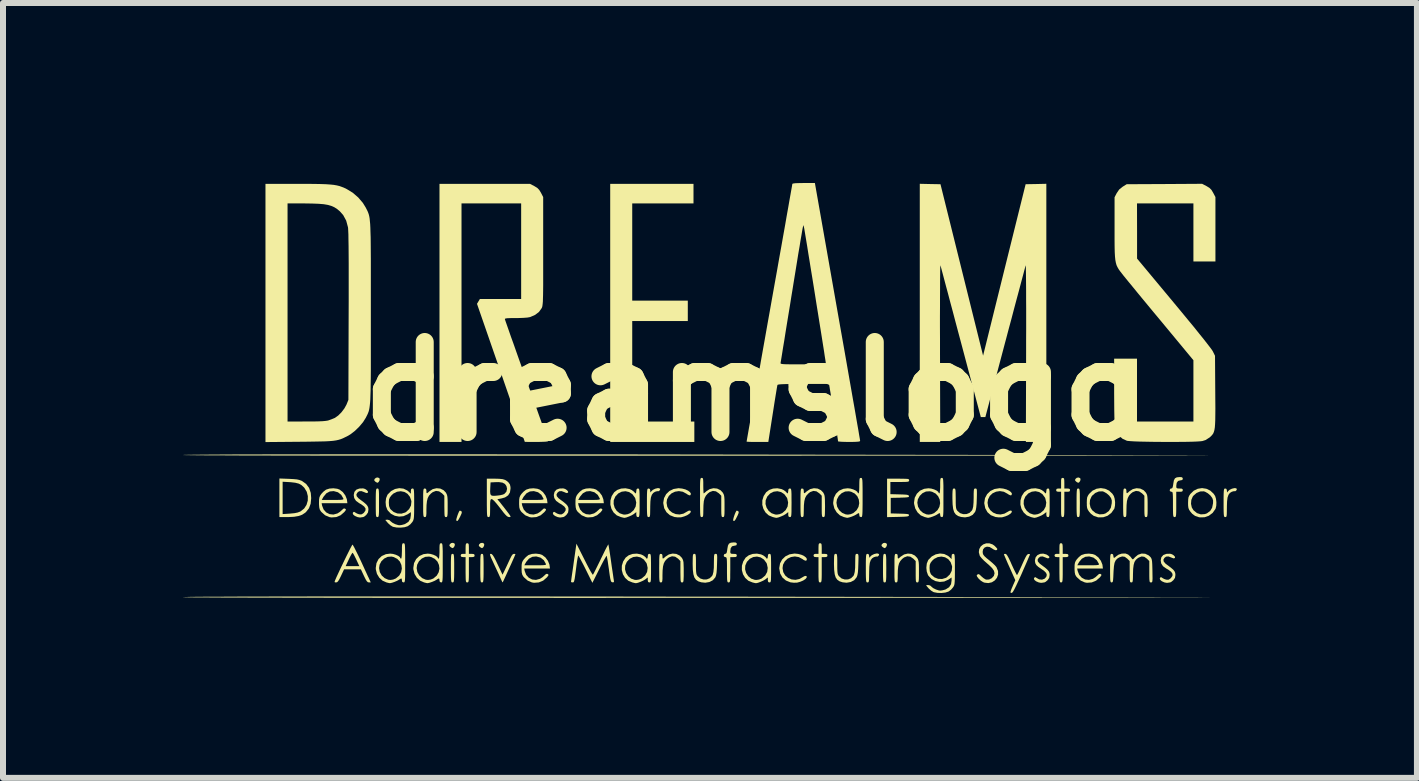
<source format=kicad_pcb>
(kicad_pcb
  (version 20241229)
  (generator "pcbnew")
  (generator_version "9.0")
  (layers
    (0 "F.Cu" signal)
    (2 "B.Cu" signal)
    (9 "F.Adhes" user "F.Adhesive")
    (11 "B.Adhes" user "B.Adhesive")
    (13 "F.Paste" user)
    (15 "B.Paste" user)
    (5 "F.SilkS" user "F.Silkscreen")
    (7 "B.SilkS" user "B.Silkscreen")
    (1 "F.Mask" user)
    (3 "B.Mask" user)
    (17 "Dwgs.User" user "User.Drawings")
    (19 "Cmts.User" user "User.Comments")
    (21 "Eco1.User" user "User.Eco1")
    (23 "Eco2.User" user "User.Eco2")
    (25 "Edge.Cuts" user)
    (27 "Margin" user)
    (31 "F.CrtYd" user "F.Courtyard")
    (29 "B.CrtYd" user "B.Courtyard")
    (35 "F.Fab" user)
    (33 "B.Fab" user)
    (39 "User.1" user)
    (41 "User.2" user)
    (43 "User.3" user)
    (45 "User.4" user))
  (footprint "dreamslogo"
    (layer "F.Cu")
    (at 9.528 3.471)
    (property "Reference" "dreamslogo" (at 0 0 0) (layer "F.SilkS") (effects (font (size 1.5 1.5) (thickness 0.3))))
    (attr board_only exclude_from_pos_files exclude_from_bom)
    (fp_poly (pts (xy -6.259 1.446) (xy -6.25 1.461) (xy -6.254 1.488) (xy -6.269 1.513) (xy -6.288 1.525) (xy -6.305 1.517) (xy -6.324 1.505) (xy -6.341 1.485) (xy -6.337 1.464) (xy -6.335 1.461) (xy -6.312 1.441) (xy -6.283 1.436)) (stroke (width 0) (type solid)) (fill yes) (layer "F.SilkS"))
    (fp_poly (pts (xy -5.006 2.535) (xy -4.998 2.55) (xy -5.002 2.577) (xy -5.017 2.602) (xy -5.036 2.614) (xy -5.053 2.606) (xy -5.071 2.594) (xy -5.089 2.574) (xy -5.084 2.553) (xy -5.083 2.55) (xy -5.06 2.53) (xy -5.031 2.525)) (stroke (width 0) (type solid)) (fill yes) (layer "F.SilkS"))
    (fp_poly (pts (xy -4.516 2.535) (xy -4.508 2.55) (xy -4.512 2.577) (xy -4.527 2.602) (xy -4.545 2.614) (xy -4.563 2.606) (xy -4.581 2.594) (xy -4.599 2.574) (xy -4.594 2.553) (xy -4.593 2.55) (xy -4.57 2.53) (xy -4.541 2.525)) (stroke (width 0) (type solid)) (fill yes) (layer "F.SilkS"))
    (fp_poly (pts (xy 2.194 2.535) (xy 2.203 2.55) (xy 2.199 2.577) (xy 2.184 2.602) (xy 2.165 2.614) (xy 2.148 2.606) (xy 2.129 2.594) (xy 2.112 2.574) (xy 2.116 2.553) (xy 2.118 2.55) (xy 2.141 2.53) (xy 2.17 2.525)) (stroke (width 0) (type solid)) (fill yes) (layer "F.SilkS"))
    (fp_poly (pts (xy 5.42 1.446) (xy 5.429 1.461) (xy 5.425 1.488) (xy 5.41 1.513) (xy 5.391 1.525) (xy 5.374 1.517) (xy 5.356 1.505) (xy 5.338 1.485) (xy 5.342 1.464) (xy 5.344 1.461) (xy 5.367 1.441) (xy 5.396 1.436)) (stroke (width 0) (type solid)) (fill yes) (layer "F.SilkS"))
    (fp_poly (pts (xy -4.898 1.994) (xy -4.889 1.999) (xy -4.882 2.011) (xy -4.885 2.033) (xy -4.902 2.072) (xy -4.909 2.087) (xy -4.934 2.134) (xy -4.951 2.158) (xy -4.964 2.162) (xy -4.974 2.152) (xy -4.974 2.134) (xy -4.965 2.102) (xy -4.952 2.062) (xy -4.937 2.024) (xy -4.924 1.997) (xy -4.915 1.988)) (stroke (width 0) (type solid)) (fill yes) (layer "F.SilkS"))
    (fp_poly (pts (xy -0.283 1.994) (xy -0.275 1.999) (xy -0.267 2.011) (xy -0.271 2.033) (xy -0.287 2.072) (xy -0.295 2.087) (xy -0.319 2.134) (xy -0.337 2.158) (xy -0.35 2.162) (xy -0.36 2.152) (xy -0.359 2.134) (xy -0.351 2.102) (xy -0.338 2.062) (xy -0.323 2.024) (xy -0.309 1.997) (xy -0.301 1.988)) (stroke (width 0) (type solid)) (fill yes) (layer "F.SilkS"))
    (fp_poly (pts (xy -1.021 -3.294) (xy -1.021 -3.131) (xy -1.531 -3.131) (xy -2.042 -3.131) (xy -2.042 -2.321) (xy -2.042 -1.511) (xy -1.579 -1.511) (xy -1.116 -1.511) (xy -1.116 -1.341) (xy -1.116 -1.171) (xy -1.579 -1.171) (xy -2.042 -1.171) (xy -2.042 -0.333) (xy -2.042 0.504) (xy -1.525 0.504) (xy -1.007 0.504) (xy -1.007 0.674) (xy -1.007 0.844) (xy -1.708 0.844) (xy -2.409 0.844) (xy -2.409 -1.307) (xy -2.409 -3.457) (xy -1.715 -3.457) (xy -1.021 -3.457)) (stroke (width 0) (type solid)) (fill yes) (layer "F.SilkS"))
    (fp_poly (pts (xy -6.279 1.621) (xy -6.272 1.627) (xy -6.267 1.642) (xy -6.264 1.669) (xy -6.262 1.712) (xy -6.262 1.775) (xy -6.262 1.858) (xy -6.262 1.944) (xy -6.262 2.006) (xy -6.264 2.049) (xy -6.267 2.075) (xy -6.272 2.089) (xy -6.279 2.095) (xy -6.289 2.096) (xy -6.299 2.095) (xy -6.306 2.089) (xy -6.311 2.074) (xy -6.314 2.047) (xy -6.315 2.004) (xy -6.316 1.941) (xy -6.316 1.858) (xy -6.316 1.772) (xy -6.315 1.71) (xy -6.313 1.668) (xy -6.31 1.641) (xy -6.305 1.627) (xy -6.298 1.621) (xy -6.289 1.62)) (stroke (width 0) (type solid)) (fill yes) (layer "F.SilkS"))
    (fp_poly (pts (xy -5.027 2.71) (xy -5.02 2.716) (xy -5.015 2.731) (xy -5.012 2.758) (xy -5.01 2.801) (xy -5.009 2.864) (xy -5.009 2.947) (xy -5.009 3.033) (xy -5.01 3.095) (xy -5.012 3.137) (xy -5.015 3.164) (xy -5.02 3.178) (xy -5.027 3.184) (xy -5.036 3.185) (xy -5.046 3.184) (xy -5.053 3.178) (xy -5.058 3.163) (xy -5.061 3.136) (xy -5.063 3.093) (xy -5.064 3.03) (xy -5.064 2.947) (xy -5.064 2.861) (xy -5.063 2.799) (xy -5.061 2.757) (xy -5.058 2.73) (xy -5.053 2.716) (xy -5.046 2.71) (xy -5.036 2.709)) (stroke (width 0) (type solid)) (fill yes) (layer "F.SilkS"))
    (fp_poly (pts (xy -4.537 2.71) (xy -4.529 2.716) (xy -4.525 2.731) (xy -4.522 2.758) (xy -4.52 2.801) (xy -4.519 2.864) (xy -4.519 2.947) (xy -4.519 3.033) (xy -4.52 3.095) (xy -4.522 3.137) (xy -4.525 3.164) (xy -4.53 3.178) (xy -4.537 3.184) (xy -4.546 3.185) (xy -4.556 3.184) (xy -4.563 3.178) (xy -4.568 3.163) (xy -4.571 3.136) (xy -4.573 3.093) (xy -4.574 3.03) (xy -4.574 2.947) (xy -4.573 2.861) (xy -4.573 2.799) (xy -4.571 2.757) (xy -4.568 2.73) (xy -4.563 2.716) (xy -4.556 2.71) (xy -4.546 2.709)) (stroke (width 0) (type solid)) (fill yes) (layer "F.SilkS"))
    (fp_poly (pts (xy 2.174 2.71) (xy 2.181 2.716) (xy 2.186 2.731) (xy 2.189 2.758) (xy 2.191 2.801) (xy 2.191 2.864) (xy 2.192 2.947) (xy 2.191 3.033) (xy 2.191 3.095) (xy 2.189 3.137) (xy 2.186 3.164) (xy 2.181 3.178) (xy 2.174 3.184) (xy 2.164 3.185) (xy 2.155 3.184) (xy 2.147 3.178) (xy 2.143 3.163) (xy 2.14 3.136) (xy 2.138 3.093) (xy 2.137 3.03) (xy 2.137 2.947) (xy 2.137 2.861) (xy 2.138 2.799) (xy 2.14 2.757) (xy 2.143 2.73) (xy 2.148 2.716) (xy 2.155 2.71) (xy 2.164 2.709)) (stroke (width 0) (type solid)) (fill yes) (layer "F.SilkS"))
    (fp_poly (pts (xy 5.4 1.621) (xy 5.407 1.627) (xy 5.412 1.642) (xy 5.415 1.669) (xy 5.417 1.712) (xy 5.417 1.775) (xy 5.418 1.858) (xy 5.417 1.944) (xy 5.417 2.006) (xy 5.415 2.049) (xy 5.412 2.075) (xy 5.407 2.089) (xy 5.4 2.095) (xy 5.39 2.096) (xy 5.381 2.095) (xy 5.373 2.089) (xy 5.369 2.074) (xy 5.366 2.047) (xy 5.364 2.004) (xy 5.363 1.941) (xy 5.363 1.858) (xy 5.363 1.772) (xy 5.364 1.71) (xy 5.366 1.668) (xy 5.369 1.641) (xy 5.374 1.627) (xy 5.381 1.621) (xy 5.39 1.62)) (stroke (width 0) (type solid)) (fill yes) (layer "F.SilkS"))
    (fp_poly (pts (xy -3.993 2.711) (xy -3.988 2.715) (xy -3.994 2.728) (xy -4.008 2.762) (xy -4.03 2.811) (xy -4.056 2.87) (xy -4.086 2.935) (xy -4.116 3.001) (xy -4.144 3.063) (xy -4.169 3.117) (xy -4.188 3.158) (xy -4.199 3.181) (xy -4.201 3.184) (xy -4.208 3.177) (xy -4.218 3.156) (xy -4.229 3.131) (xy -4.249 3.088) (xy -4.274 3.033) (xy -4.295 2.988) (xy -4.337 2.898) (xy -4.368 2.83) (xy -4.391 2.781) (xy -4.405 2.747) (xy -4.411 2.726) (xy -4.412 2.714) (xy -4.407 2.71) (xy -4.399 2.709) (xy -4.395 2.709) (xy -4.382 2.714) (xy -4.365 2.732) (xy -4.344 2.765) (xy -4.317 2.817) (xy -4.286 2.882) (xy -4.203 3.056) (xy -4.16 2.967) (xy -4.131 2.906) (xy -4.1 2.839) (xy -4.079 2.794) (xy -4.054 2.744) (xy -4.034 2.717) (xy -4.015 2.709)) (stroke (width 0) (type solid)) (fill yes) (layer "F.SilkS"))
    (fp_poly (pts (xy -4.777 2.535) (xy -4.768 2.547) (xy -4.765 2.575) (xy -4.764 2.62) (xy -4.764 2.709) (xy -4.717 2.709) (xy -4.684 2.712) (xy -4.67 2.724) (xy -4.669 2.736) (xy -4.674 2.755) (xy -4.695 2.762) (xy -4.717 2.763) (xy -4.764 2.763) (xy -4.764 2.974) (xy -4.764 3.054) (xy -4.765 3.111) (xy -4.767 3.148) (xy -4.771 3.171) (xy -4.777 3.181) (xy -4.786 3.185) (xy -4.791 3.185) (xy -4.802 3.184) (xy -4.809 3.177) (xy -4.814 3.162) (xy -4.817 3.133) (xy -4.818 3.086) (xy -4.819 3.019) (xy -4.819 2.974) (xy -4.819 2.763) (xy -4.859 2.763) (xy -4.889 2.759) (xy -4.9 2.743) (xy -4.9 2.736) (xy -4.894 2.716) (xy -4.87 2.709) (xy -4.859 2.709) (xy -4.819 2.709) (xy -4.819 2.62) (xy -4.818 2.572) (xy -4.814 2.546) (xy -4.805 2.534) (xy -4.791 2.532)) (stroke (width 0) (type solid)) (fill yes) (layer "F.SilkS"))
    (fp_poly (pts (xy 1.104 2.535) (xy 1.112 2.547) (xy 1.115 2.575) (xy 1.116 2.62) (xy 1.116 2.709) (xy 1.164 2.709) (xy 1.197 2.712) (xy 1.21 2.724) (xy 1.211 2.736) (xy 1.206 2.755) (xy 1.185 2.762) (xy 1.164 2.763) (xy 1.116 2.763) (xy 1.116 2.974) (xy 1.116 3.054) (xy 1.115 3.111) (xy 1.113 3.148) (xy 1.109 3.171) (xy 1.103 3.181) (xy 1.095 3.185) (xy 1.089 3.185) (xy 1.079 3.184) (xy 1.071 3.177) (xy 1.066 3.162) (xy 1.064 3.133) (xy 1.062 3.086) (xy 1.062 3.019) (xy 1.062 2.974) (xy 1.062 2.763) (xy 1.021 2.763) (xy 0.991 2.759) (xy 0.98 2.743) (xy 0.98 2.736) (xy 0.986 2.716) (xy 1.01 2.709) (xy 1.021 2.709) (xy 1.062 2.709) (xy 1.062 2.62) (xy 1.063 2.572) (xy 1.066 2.546) (xy 1.075 2.534) (xy 1.089 2.532)) (stroke (width 0) (type solid)) (fill yes) (layer "F.SilkS"))
    (fp_poly (pts (xy 5.119 2.535) (xy 5.127 2.547) (xy 5.131 2.575) (xy 5.132 2.62) (xy 5.132 2.709) (xy 5.179 2.709) (xy 5.212 2.712) (xy 5.225 2.724) (xy 5.227 2.736) (xy 5.222 2.755) (xy 5.201 2.762) (xy 5.179 2.763) (xy 5.132 2.763) (xy 5.132 2.974) (xy 5.132 3.054) (xy 5.131 3.111) (xy 5.129 3.148) (xy 5.125 3.171) (xy 5.119 3.181) (xy 5.11 3.185) (xy 5.105 3.185) (xy 5.094 3.184) (xy 5.087 3.177) (xy 5.082 3.162) (xy 5.079 3.133) (xy 5.078 3.086) (xy 5.077 3.019) (xy 5.077 2.974) (xy 5.077 2.763) (xy 5.036 2.763) (xy 5.007 2.759) (xy 4.996 2.743) (xy 4.996 2.736) (xy 5.002 2.716) (xy 5.026 2.709) (xy 5.036 2.709) (xy 5.077 2.709) (xy 5.077 2.62) (xy 5.078 2.572) (xy 5.082 2.546) (xy 5.09 2.534) (xy 5.105 2.532)) (stroke (width 0) (type solid)) (fill yes) (layer "F.SilkS"))
    (fp_poly (pts (xy 5.146 1.446) (xy 5.155 1.458) (xy 5.158 1.486) (xy 5.159 1.531) (xy 5.159 1.62) (xy 5.207 1.62) (xy 5.239 1.623) (xy 5.253 1.635) (xy 5.254 1.647) (xy 5.249 1.666) (xy 5.228 1.673) (xy 5.207 1.674) (xy 5.159 1.674) (xy 5.159 1.885) (xy 5.159 1.965) (xy 5.158 2.022) (xy 5.156 2.059) (xy 5.152 2.082) (xy 5.146 2.092) (xy 5.137 2.096) (xy 5.132 2.096) (xy 5.121 2.095) (xy 5.114 2.088) (xy 5.109 2.073) (xy 5.106 2.044) (xy 5.105 1.997) (xy 5.105 1.93) (xy 5.105 1.885) (xy 5.105 1.674) (xy 5.064 1.674) (xy 5.034 1.67) (xy 5.023 1.654) (xy 5.023 1.647) (xy 5.029 1.627) (xy 5.053 1.62) (xy 5.064 1.62) (xy 5.105 1.62) (xy 5.105 1.531) (xy 5.105 1.483) (xy 5.109 1.457) (xy 5.118 1.445) (xy 5.132 1.443)) (stroke (width 0) (type solid)) (fill yes) (layer "F.SilkS"))
    (fp_poly (pts (xy -1.596 1.615) (xy -1.576 1.625) (xy -1.579 1.642) (xy -1.582 1.648) (xy -1.599 1.664) (xy -1.61 1.665) (xy -1.629 1.665) (xy -1.66 1.674) (xy -1.661 1.674) (xy -1.692 1.694) (xy -1.715 1.724) (xy -1.731 1.769) (xy -1.739 1.833) (xy -1.742 1.919) (xy -1.742 1.938) (xy -1.743 2.006) (xy -1.744 2.051) (xy -1.747 2.078) (xy -1.753 2.091) (xy -1.763 2.096) (xy -1.77 2.096) (xy -1.779 2.095) (xy -1.786 2.089) (xy -1.791 2.074) (xy -1.794 2.047) (xy -1.796 2.004) (xy -1.797 1.941) (xy -1.797 1.858) (xy -1.797 1.772) (xy -1.796 1.71) (xy -1.794 1.668) (xy -1.791 1.641) (xy -1.786 1.627) (xy -1.779 1.621) (xy -1.77 1.62) (xy -1.749 1.627) (xy -1.742 1.653) (xy -1.742 1.657) (xy -1.74 1.682) (xy -1.735 1.682) (xy -1.727 1.67) (xy -1.699 1.643) (xy -1.658 1.623) (xy -1.615 1.613)) (stroke (width 0) (type solid)) (fill yes) (layer "F.SilkS"))
    (fp_poly (pts (xy 2.053 2.704) (xy 2.072 2.714) (xy 2.069 2.731) (xy 2.066 2.737) (xy 2.049 2.753) (xy 2.038 2.754) (xy 2.019 2.754) (xy 1.988 2.763) (xy 1.987 2.763) (xy 1.956 2.783) (xy 1.933 2.813) (xy 1.917 2.858) (xy 1.909 2.922) (xy 1.906 3.008) (xy 1.906 3.027) (xy 1.905 3.095) (xy 1.904 3.14) (xy 1.901 3.167) (xy 1.895 3.18) (xy 1.885 3.185) (xy 1.878 3.185) (xy 1.869 3.184) (xy 1.862 3.178) (xy 1.857 3.163) (xy 1.854 3.136) (xy 1.852 3.093) (xy 1.851 3.03) (xy 1.851 2.947) (xy 1.851 2.861) (xy 1.852 2.799) (xy 1.854 2.757) (xy 1.857 2.73) (xy 1.862 2.716) (xy 1.869 2.71) (xy 1.878 2.709) (xy 1.899 2.716) (xy 1.906 2.742) (xy 1.906 2.746) (xy 1.908 2.771) (xy 1.913 2.771) (xy 1.921 2.759) (xy 1.949 2.732) (xy 1.99 2.712) (xy 2.033 2.702)) (stroke (width 0) (type solid)) (fill yes) (layer "F.SilkS"))
    (fp_poly (pts (xy 8.015 1.615) (xy 8.034 1.625) (xy 8.031 1.642) (xy 8.028 1.648) (xy 8.011 1.664) (xy 8 1.665) (xy 7.981 1.665) (xy 7.95 1.674) (xy 7.95 1.674) (xy 7.918 1.694) (xy 7.895 1.724) (xy 7.879 1.769) (xy 7.871 1.833) (xy 7.868 1.919) (xy 7.868 1.938) (xy 7.867 2.006) (xy 7.866 2.051) (xy 7.863 2.078) (xy 7.857 2.091) (xy 7.847 2.096) (xy 7.841 2.096) (xy 7.831 2.095) (xy 7.824 2.089) (xy 7.819 2.074) (xy 7.816 2.047) (xy 7.814 2.004) (xy 7.813 1.941) (xy 7.813 1.858) (xy 7.813 1.772) (xy 7.814 1.71) (xy 7.816 1.668) (xy 7.819 1.641) (xy 7.824 1.627) (xy 7.831 1.621) (xy 7.841 1.62) (xy 7.861 1.627) (xy 7.868 1.653) (xy 7.868 1.657) (xy 7.87 1.682) (xy 7.876 1.682) (xy 7.883 1.67) (xy 7.911 1.643) (xy 7.952 1.623) (xy 7.995 1.613)) (stroke (width 0) (type solid)) (fill yes) (layer "F.SilkS"))
    (fp_poly (pts (xy -7.762 1.459) (xy -7.687 1.463) (xy -7.631 1.468) (xy -7.591 1.477) (xy -7.558 1.489) (xy -7.546 1.494) (xy -7.476 1.544) (xy -7.427 1.61) (xy -7.399 1.693) (xy -7.392 1.781) (xy -7.401 1.874) (xy -7.429 1.949) (xy -7.478 2.011) (xy -7.494 2.025) (xy -7.543 2.057) (xy -7.602 2.078) (xy -7.677 2.091) (xy -7.773 2.096) (xy -7.8 2.096) (xy -7.922 2.096) (xy -7.922 1.776) (xy -7.868 1.776) (xy -7.868 2.046) (xy -7.745 2.038) (xy -7.671 2.031) (xy -7.617 2.02) (xy -7.573 2.003) (xy -7.565 1.998) (xy -7.509 1.953) (xy -7.47 1.893) (xy -7.449 1.822) (xy -7.448 1.747) (xy -7.466 1.675) (xy -7.505 1.61) (xy -7.512 1.602) (xy -7.553 1.564) (xy -7.598 1.539) (xy -7.656 1.524) (xy -7.731 1.515) (xy -7.748 1.514) (xy -7.868 1.507) (xy -7.868 1.776) (xy -7.922 1.776) (xy -7.922 1.775) (xy -7.922 1.453)) (stroke (width 0) (type solid)) (fill yes) (layer "F.SilkS"))
    (fp_poly (pts (xy -1.21 1.621) (xy -1.156 1.635) (xy -1.111 1.656) (xy -1.079 1.681) (xy -1.064 1.706) (xy -1.071 1.73) (xy -1.072 1.731) (xy -1.091 1.734) (xy -1.123 1.718) (xy -1.136 1.708) (xy -1.199 1.674) (xy -1.265 1.663) (xy -1.329 1.673) (xy -1.386 1.7) (xy -1.432 1.744) (xy -1.462 1.801) (xy -1.47 1.858) (xy -1.458 1.925) (xy -1.426 1.98) (xy -1.377 2.021) (xy -1.318 2.046) (xy -1.254 2.053) (xy -1.189 2.039) (xy -1.14 2.011) (xy -1.105 1.991) (xy -1.079 1.987) (xy -1.066 1.998) (xy -1.069 2.017) (xy -1.089 2.04) (xy -1.127 2.065) (xy -1.175 2.085) (xy -1.224 2.099) (xy -1.232 2.1) (xy -1.284 2.101) (xy -1.336 2.095) (xy -1.34 2.094) (xy -1.414 2.065) (xy -1.471 2.015) (xy -1.509 1.949) (xy -1.524 1.869) (xy -1.525 1.857) (xy -1.512 1.78) (xy -1.477 1.714) (xy -1.423 1.662) (xy -1.353 1.628) (xy -1.272 1.615) (xy -1.267 1.615)) (stroke (width 0) (type solid)) (fill yes) (layer "F.SilkS"))
    (fp_poly (pts (xy 0.723 2.71) (xy 0.777 2.724) (xy 0.822 2.745) (xy 0.854 2.77) (xy 0.869 2.795) (xy 0.862 2.819) (xy 0.861 2.82) (xy 0.842 2.823) (xy 0.81 2.807) (xy 0.797 2.797) (xy 0.734 2.763) (xy 0.668 2.752) (xy 0.604 2.762) (xy 0.547 2.789) (xy 0.501 2.833) (xy 0.471 2.89) (xy 0.463 2.947) (xy 0.475 3.014) (xy 0.507 3.069) (xy 0.556 3.11) (xy 0.614 3.135) (xy 0.679 3.142) (xy 0.744 3.128) (xy 0.793 3.1) (xy 0.828 3.08) (xy 0.854 3.076) (xy 0.867 3.087) (xy 0.864 3.106) (xy 0.844 3.129) (xy 0.806 3.154) (xy 0.758 3.174) (xy 0.708 3.188) (xy 0.701 3.189) (xy 0.649 3.19) (xy 0.597 3.184) (xy 0.593 3.183) (xy 0.519 3.153) (xy 0.462 3.104) (xy 0.424 3.038) (xy 0.409 2.958) (xy 0.408 2.946) (xy 0.421 2.869) (xy 0.456 2.803) (xy 0.51 2.751) (xy 0.579 2.717) (xy 0.661 2.704) (xy 0.666 2.704)) (stroke (width 0) (type solid)) (fill yes) (layer "F.SilkS"))
    (fp_poly (pts (xy 4.14 1.621) (xy 4.193 1.635) (xy 4.239 1.656) (xy 4.271 1.681) (xy 4.286 1.706) (xy 4.279 1.73) (xy 4.277 1.731) (xy 4.259 1.734) (xy 4.227 1.718) (xy 4.213 1.708) (xy 4.151 1.674) (xy 4.085 1.663) (xy 4.021 1.673) (xy 3.963 1.7) (xy 3.917 1.744) (xy 3.888 1.801) (xy 3.879 1.858) (xy 3.891 1.925) (xy 3.924 1.98) (xy 3.972 2.021) (xy 4.031 2.046) (xy 4.095 2.053) (xy 4.16 2.039) (xy 4.21 2.011) (xy 4.245 1.991) (xy 4.271 1.987) (xy 4.284 1.998) (xy 4.281 2.017) (xy 4.261 2.04) (xy 4.222 2.065) (xy 4.174 2.085) (xy 4.125 2.099) (xy 4.118 2.1) (xy 4.066 2.101) (xy 4.013 2.095) (xy 4.01 2.094) (xy 3.935 2.065) (xy 3.878 2.015) (xy 3.841 1.949) (xy 3.825 1.869) (xy 3.825 1.857) (xy 3.837 1.78) (xy 3.872 1.714) (xy 3.926 1.662) (xy 3.996 1.628) (xy 4.078 1.615) (xy 4.083 1.615)) (stroke (width 0) (type solid)) (fill yes) (layer "F.SilkS"))
    (fp_poly (pts (xy 2.463 1.457) (xy 2.514 1.458) (xy 2.546 1.46) (xy 2.564 1.465) (xy 2.571 1.472) (xy 2.573 1.483) (xy 2.573 1.484) (xy 2.571 1.495) (xy 2.563 1.503) (xy 2.544 1.508) (xy 2.509 1.51) (xy 2.454 1.511) (xy 2.416 1.511) (xy 2.26 1.511) (xy 2.26 1.613) (xy 2.26 1.714) (xy 2.413 1.718) (xy 2.48 1.72) (xy 2.525 1.723) (xy 2.552 1.728) (xy 2.565 1.736) (xy 2.57 1.745) (xy 2.569 1.756) (xy 2.56 1.763) (xy 2.536 1.767) (xy 2.496 1.77) (xy 2.432 1.772) (xy 2.42 1.773) (xy 2.266 1.776) (xy 2.266 1.906) (xy 2.266 2.035) (xy 2.42 2.039) (xy 2.487 2.041) (xy 2.531 2.044) (xy 2.557 2.048) (xy 2.568 2.055) (xy 2.57 2.064) (xy 2.57 2.066) (xy 2.565 2.076) (xy 2.552 2.083) (xy 2.527 2.087) (xy 2.485 2.09) (xy 2.421 2.092) (xy 2.385 2.093) (xy 2.205 2.097) (xy 2.205 1.777) (xy 2.205 1.456) (xy 2.389 1.456)) (stroke (width 0) (type solid)) (fill yes) (layer "F.SilkS"))
    (fp_poly (pts (xy 4.191 2.715) (xy 4.207 2.735) (xy 4.228 2.772) (xy 4.256 2.829) (xy 4.281 2.886) (xy 4.31 2.949) (xy 4.336 3.002) (xy 4.356 3.041) (xy 4.368 3.061) (xy 4.37 3.063) (xy 4.378 3.051) (xy 4.395 3.019) (xy 4.418 2.97) (xy 4.446 2.91) (xy 4.455 2.889) (xy 4.488 2.816) (xy 4.513 2.765) (xy 4.532 2.732) (xy 4.548 2.716) (xy 4.559 2.711) (xy 4.581 2.712) (xy 4.586 2.718) (xy 4.581 2.733) (xy 4.565 2.769) (xy 4.542 2.824) (xy 4.512 2.893) (xy 4.477 2.972) (xy 4.447 3.042) (xy 4.397 3.152) (xy 4.357 3.238) (xy 4.326 3.3) (xy 4.303 3.34) (xy 4.287 3.358) (xy 4.284 3.36) (xy 4.264 3.356) (xy 4.261 3.348) (xy 4.266 3.329) (xy 4.279 3.292) (xy 4.299 3.246) (xy 4.301 3.24) (xy 4.342 3.148) (xy 4.247 2.935) (xy 4.215 2.865) (xy 4.189 2.804) (xy 4.168 2.756) (xy 4.155 2.725) (xy 4.152 2.716) (xy 4.163 2.71) (xy 4.177 2.709)) (stroke (width 0) (type solid)) (fill yes) (layer "F.SilkS"))
    (fp_poly (pts (xy 5.838 1.624) (xy 5.904 1.655) (xy 5.959 1.706) (xy 5.984 1.745) (xy 5.998 1.791) (xy 6.005 1.849) (xy 6.003 1.907) (xy 5.993 1.954) (xy 5.989 1.961) (xy 5.942 2.027) (xy 5.88 2.074) (xy 5.808 2.099) (xy 5.731 2.101) (xy 5.71 2.097) (xy 5.649 2.076) (xy 5.601 2.04) (xy 5.571 2.005) (xy 5.551 1.975) (xy 5.539 1.945) (xy 5.534 1.907) (xy 5.534 1.875) (xy 5.582 1.875) (xy 5.595 1.936) (xy 5.623 1.982) (xy 5.682 2.03) (xy 5.746 2.051) (xy 5.813 2.046) (xy 5.847 2.034) (xy 5.901 1.995) (xy 5.934 1.94) (xy 5.949 1.865) (xy 5.95 1.819) (xy 5.937 1.779) (xy 5.906 1.737) (xy 5.863 1.7) (xy 5.817 1.674) (xy 5.795 1.667) (xy 5.735 1.669) (xy 5.675 1.694) (xy 5.624 1.738) (xy 5.611 1.756) (xy 5.587 1.811) (xy 5.582 1.875) (xy 5.534 1.875) (xy 5.533 1.858) (xy 5.535 1.804) (xy 5.54 1.767) (xy 5.553 1.738) (xy 5.571 1.711) (xy 5.628 1.656) (xy 5.695 1.624) (xy 5.766 1.613)) (stroke (width 0) (type solid)) (fill yes) (layer "F.SilkS"))
    (fp_poly (pts (xy 7.526 1.624) (xy 7.591 1.655) (xy 7.646 1.706) (xy 7.672 1.745) (xy 7.686 1.791) (xy 7.693 1.849) (xy 7.691 1.907) (xy 7.68 1.954) (xy 7.677 1.961) (xy 7.63 2.027) (xy 7.567 2.074) (xy 7.495 2.099) (xy 7.419 2.101) (xy 7.398 2.097) (xy 7.337 2.076) (xy 7.289 2.04) (xy 7.259 2.005) (xy 7.239 1.975) (xy 7.227 1.945) (xy 7.222 1.907) (xy 7.221 1.875) (xy 7.27 1.875) (xy 7.283 1.936) (xy 7.311 1.982) (xy 7.37 2.03) (xy 7.434 2.051) (xy 7.501 2.046) (xy 7.535 2.034) (xy 7.589 1.995) (xy 7.622 1.94) (xy 7.637 1.865) (xy 7.638 1.819) (xy 7.625 1.779) (xy 7.594 1.737) (xy 7.551 1.7) (xy 7.505 1.674) (xy 7.483 1.667) (xy 7.423 1.669) (xy 7.363 1.694) (xy 7.312 1.738) (xy 7.298 1.756) (xy 7.275 1.811) (xy 7.27 1.875) (xy 7.221 1.875) (xy 7.221 1.858) (xy 7.223 1.804) (xy 7.228 1.767) (xy 7.241 1.738) (xy 7.259 1.711) (xy 7.316 1.656) (xy 7.383 1.624) (xy 7.454 1.613)) (stroke (width 0) (type solid)) (fill yes) (layer "F.SilkS"))
    (fp_poly (pts (xy -6.695 2.566) (xy -6.675 2.601) (xy -6.646 2.659) (xy -6.607 2.737) (xy -6.56 2.836) (xy -6.506 2.954) (xy -6.444 3.089) (xy -6.438 3.1) (xy -6.399 3.185) (xy -6.43 3.185) (xy -6.448 3.181) (xy -6.465 3.165) (xy -6.485 3.133) (xy -6.511 3.08) (xy -6.513 3.076) (xy -6.564 2.967) (xy -6.704 2.967) (xy -6.844 2.967) (xy -6.895 3.076) (xy -6.922 3.13) (xy -6.942 3.163) (xy -6.959 3.18) (xy -6.976 3.185) (xy -6.978 3.185) (xy -6.998 3.183) (xy -7.002 3.173) (xy -6.992 3.146) (xy -6.99 3.141) (xy -6.97 3.095) (xy -6.942 3.035) (xy -6.91 2.966) (xy -6.885 2.913) (xy -6.818 2.913) (xy -6.704 2.913) (xy -6.59 2.913) (xy -6.641 2.803) (xy -6.665 2.754) (xy -6.685 2.715) (xy -6.699 2.693) (xy -6.702 2.691) (xy -6.712 2.701) (xy -6.73 2.731) (xy -6.753 2.775) (xy -6.765 2.801) (xy -6.818 2.913) (xy -6.885 2.913) (xy -6.874 2.891) (xy -6.838 2.816) (xy -6.802 2.742) (xy -6.769 2.676) (xy -6.741 2.62) (xy -6.719 2.579) (xy -6.707 2.557) (xy -6.704 2.555)) (stroke (width 0) (type solid)) (fill yes) (layer "F.SilkS"))
    (fp_poly (pts (xy -6.495 1.627) (xy -6.466 1.646) (xy -6.447 1.668) (xy -6.445 1.686) (xy -6.447 1.688) (xy -6.466 1.696) (xy -6.496 1.687) (xy -6.504 1.682) (xy -6.555 1.663) (xy -6.594 1.666) (xy -6.621 1.687) (xy -6.639 1.717) (xy -6.634 1.748) (xy -6.606 1.781) (xy -6.575 1.805) (xy -6.516 1.849) (xy -6.476 1.883) (xy -6.453 1.912) (xy -6.441 1.94) (xy -6.438 1.971) (xy -6.446 2.02) (xy -6.473 2.059) (xy -6.474 2.06) (xy -6.502 2.084) (xy -6.525 2.096) (xy -6.528 2.096) (xy -6.557 2.1) (xy -6.563 2.102) (xy -6.589 2.102) (xy -6.62 2.096) (xy -6.664 2.077) (xy -6.692 2.054) (xy -6.7 2.03) (xy -6.695 2.019) (xy -6.68 2.008) (xy -6.661 2.017) (xy -6.657 2.021) (xy -6.627 2.038) (xy -6.592 2.05) (xy -6.557 2.052) (xy -6.528 2.036) (xy -6.513 2.023) (xy -6.488 1.987) (xy -6.486 1.954) (xy -6.509 1.92) (xy -6.557 1.884) (xy -6.591 1.865) (xy -6.645 1.826) (xy -6.675 1.779) (xy -6.683 1.728) (xy -6.672 1.676) (xy -6.64 1.639) (xy -6.588 1.62) (xy -6.527 1.618)) (stroke (width 0) (type solid)) (fill yes) (layer "F.SilkS"))
    (fp_poly (pts (xy -3.16 1.627) (xy -3.131 1.646) (xy -3.112 1.668) (xy -3.11 1.686) (xy -3.112 1.688) (xy -3.131 1.696) (xy -3.161 1.687) (xy -3.169 1.682) (xy -3.22 1.663) (xy -3.259 1.666) (xy -3.286 1.687) (xy -3.304 1.717) (xy -3.299 1.748) (xy -3.271 1.781) (xy -3.24 1.805) (xy -3.181 1.849) (xy -3.141 1.883) (xy -3.118 1.912) (xy -3.106 1.94) (xy -3.104 1.971) (xy -3.111 2.02) (xy -3.138 2.059) (xy -3.139 2.06) (xy -3.167 2.084) (xy -3.19 2.096) (xy -3.193 2.096) (xy -3.222 2.1) (xy -3.228 2.102) (xy -3.254 2.102) (xy -3.285 2.096) (xy -3.329 2.077) (xy -3.357 2.054) (xy -3.365 2.03) (xy -3.36 2.019) (xy -3.345 2.008) (xy -3.326 2.017) (xy -3.322 2.021) (xy -3.292 2.038) (xy -3.257 2.05) (xy -3.222 2.052) (xy -3.193 2.036) (xy -3.178 2.023) (xy -3.153 1.987) (xy -3.151 1.954) (xy -3.174 1.92) (xy -3.222 1.884) (xy -3.256 1.865) (xy -3.31 1.826) (xy -3.341 1.779) (xy -3.349 1.728) (xy -3.337 1.676) (xy -3.305 1.639) (xy -3.253 1.62) (xy -3.192 1.618)) (stroke (width 0) (type solid)) (fill yes) (layer "F.SilkS"))
    (fp_poly (pts (xy 4.859 2.719) (xy 4.887 2.736) (xy 4.909 2.757) (xy 4.908 2.774) (xy 4.905 2.777) (xy 4.887 2.785) (xy 4.857 2.775) (xy 4.848 2.771) (xy 4.798 2.752) (xy 4.759 2.755) (xy 4.731 2.776) (xy 4.713 2.806) (xy 4.718 2.836) (xy 4.747 2.87) (xy 4.778 2.894) (xy 4.837 2.938) (xy 4.876 2.972) (xy 4.9 3.001) (xy 4.911 3.029) (xy 4.914 3.06) (xy 4.906 3.109) (xy 4.88 3.148) (xy 4.878 3.149) (xy 4.85 3.173) (xy 4.827 3.185) (xy 4.825 3.185) (xy 4.795 3.189) (xy 4.789 3.191) (xy 4.764 3.191) (xy 4.732 3.185) (xy 4.688 3.166) (xy 4.66 3.143) (xy 4.652 3.119) (xy 4.657 3.108) (xy 4.673 3.096) (xy 4.691 3.106) (xy 4.695 3.109) (xy 4.739 3.134) (xy 4.787 3.139) (xy 4.83 3.123) (xy 4.858 3.092) (xy 4.867 3.059) (xy 4.855 3.026) (xy 4.82 2.991) (xy 4.776 2.961) (xy 4.724 2.925) (xy 4.692 2.895) (xy 4.675 2.864) (xy 4.669 2.827) (xy 4.669 2.814) (xy 4.681 2.766) (xy 4.711 2.73) (xy 4.756 2.709) (xy 4.807 2.705)) (stroke (width 0) (type solid)) (fill yes) (layer "F.SilkS"))
    (fp_poly (pts (xy 6.954 2.716) (xy 6.983 2.735) (xy 7.002 2.757) (xy 7.003 2.775) (xy 7.002 2.777) (xy 6.983 2.785) (xy 6.953 2.775) (xy 6.944 2.771) (xy 6.894 2.752) (xy 6.855 2.755) (xy 6.827 2.776) (xy 6.81 2.806) (xy 6.815 2.836) (xy 6.843 2.87) (xy 6.874 2.894) (xy 6.933 2.938) (xy 6.973 2.972) (xy 6.996 3.001) (xy 7.007 3.029) (xy 7.01 3.06) (xy 7.003 3.109) (xy 6.976 3.148) (xy 6.974 3.149) (xy 6.946 3.173) (xy 6.924 3.185) (xy 6.921 3.185) (xy 6.892 3.189) (xy 6.885 3.191) (xy 6.86 3.191) (xy 6.828 3.185) (xy 6.785 3.166) (xy 6.757 3.143) (xy 6.749 3.119) (xy 6.754 3.108) (xy 6.769 3.096) (xy 6.787 3.106) (xy 6.792 3.11) (xy 6.822 3.127) (xy 6.857 3.139) (xy 6.892 3.141) (xy 6.92 3.125) (xy 6.935 3.112) (xy 6.961 3.076) (xy 6.962 3.043) (xy 6.94 3.009) (xy 6.892 2.973) (xy 6.858 2.954) (xy 6.803 2.915) (xy 6.773 2.868) (xy 6.765 2.817) (xy 6.776 2.765) (xy 6.809 2.728) (xy 6.86 2.709) (xy 6.922 2.707)) (stroke (width 0) (type solid)) (fill yes) (layer "F.SilkS"))
    (fp_poly (pts (xy -0.315 2.521) (xy -0.301 2.533) (xy -0.299 2.545) (xy -0.306 2.565) (xy -0.33 2.572) (xy -0.34 2.573) (xy -0.379 2.583) (xy -0.401 2.615) (xy -0.408 2.667) (xy -0.406 2.694) (xy -0.395 2.706) (xy -0.366 2.709) (xy -0.354 2.709) (xy -0.318 2.711) (xy -0.303 2.72) (xy -0.299 2.736) (xy -0.304 2.754) (xy -0.322 2.762) (xy -0.354 2.763) (xy -0.408 2.763) (xy -0.408 2.974) (xy -0.409 3.054) (xy -0.409 3.111) (xy -0.411 3.148) (xy -0.415 3.171) (xy -0.421 3.181) (xy -0.43 3.185) (xy -0.436 3.185) (xy -0.446 3.184) (xy -0.453 3.177) (xy -0.458 3.162) (xy -0.461 3.133) (xy -0.462 3.086) (xy -0.463 3.019) (xy -0.463 2.974) (xy -0.463 2.894) (xy -0.464 2.838) (xy -0.466 2.8) (xy -0.47 2.778) (xy -0.476 2.767) (xy -0.484 2.764) (xy -0.49 2.763) (xy -0.513 2.754) (xy -0.517 2.736) (xy -0.507 2.713) (xy -0.492 2.709) (xy -0.477 2.704) (xy -0.467 2.686) (xy -0.46 2.65) (xy -0.457 2.627) (xy -0.447 2.572) (xy -0.43 2.539) (xy -0.399 2.523) (xy -0.35 2.518) (xy -0.348 2.518)) (stroke (width 0) (type solid)) (fill yes) (layer "F.SilkS"))
    (fp_poly (pts (xy 7.117 1.432) (xy 7.131 1.444) (xy 7.133 1.456) (xy 7.126 1.477) (xy 7.102 1.483) (xy 7.092 1.484) (xy 7.054 1.494) (xy 7.031 1.526) (xy 7.024 1.578) (xy 7.026 1.605) (xy 7.037 1.617) (xy 7.066 1.62) (xy 7.078 1.62) (xy 7.114 1.622) (xy 7.13 1.631) (xy 7.133 1.647) (xy 7.128 1.665) (xy 7.11 1.673) (xy 7.078 1.674) (xy 7.024 1.674) (xy 7.024 1.885) (xy 7.024 1.965) (xy 7.023 2.022) (xy 7.021 2.059) (xy 7.017 2.082) (xy 7.011 2.092) (xy 7.002 2.096) (xy 6.997 2.096) (xy 6.986 2.095) (xy 6.979 2.088) (xy 6.974 2.073) (xy 6.971 2.044) (xy 6.97 1.997) (xy 6.969 1.93) (xy 6.969 1.885) (xy 6.969 1.805) (xy 6.968 1.749) (xy 6.966 1.711) (xy 6.963 1.689) (xy 6.957 1.678) (xy 6.948 1.675) (xy 6.942 1.674) (xy 6.919 1.665) (xy 6.915 1.647) (xy 6.925 1.624) (xy 6.94 1.62) (xy 6.955 1.615) (xy 6.965 1.597) (xy 6.972 1.561) (xy 6.975 1.538) (xy 6.985 1.483) (xy 7.003 1.45) (xy 7.033 1.434) (xy 7.082 1.429) (xy 7.084 1.429)) (stroke (width 0) (type solid)) (fill yes) (layer "F.SilkS"))
    (fp_poly (pts (xy -0.64 2.71) (xy -0.632 2.716) (xy -0.628 2.732) (xy -0.626 2.762) (xy -0.627 2.81) (xy -0.629 2.881) (xy -0.629 2.882) (xy -0.632 2.964) (xy -0.637 3.024) (xy -0.645 3.066) (xy -0.655 3.096) (xy -0.657 3.1) (xy -0.698 3.148) (xy -0.755 3.178) (xy -0.825 3.19) (xy -0.891 3.183) (xy -0.941 3.167) (xy -0.979 3.141) (xy -1.006 3.103) (xy -1.023 3.048) (xy -1.032 2.974) (xy -1.035 2.877) (xy -1.035 2.873) (xy -1.034 2.804) (xy -1.033 2.757) (xy -1.03 2.729) (xy -1.024 2.715) (xy -1.015 2.709) (xy -1.007 2.709) (xy -0.996 2.71) (xy -0.988 2.718) (xy -0.984 2.736) (xy -0.981 2.769) (xy -0.98 2.822) (xy -0.98 2.877) (xy -0.98 2.949) (xy -0.978 3) (xy -0.974 3.034) (xy -0.967 3.058) (xy -0.956 3.076) (xy -0.952 3.081) (xy -0.908 3.119) (xy -0.855 3.136) (xy -0.8 3.135) (xy -0.75 3.115) (xy -0.711 3.077) (xy -0.701 3.057) (xy -0.689 3.011) (xy -0.682 2.94) (xy -0.681 2.859) (xy -0.68 2.793) (xy -0.679 2.75) (xy -0.675 2.725) (xy -0.669 2.713) (xy -0.659 2.709) (xy -0.652 2.709)) (stroke (width 0) (type solid)) (fill yes) (layer "F.SilkS"))
    (fp_poly (pts (xy 1.715 2.71) (xy 1.722 2.716) (xy 1.727 2.732) (xy 1.729 2.762) (xy 1.728 2.81) (xy 1.726 2.881) (xy 1.726 2.882) (xy 1.723 2.964) (xy 1.718 3.024) (xy 1.71 3.066) (xy 1.699 3.096) (xy 1.697 3.1) (xy 1.657 3.148) (xy 1.599 3.178) (xy 1.53 3.19) (xy 1.464 3.183) (xy 1.414 3.167) (xy 1.376 3.141) (xy 1.349 3.103) (xy 1.332 3.048) (xy 1.323 2.974) (xy 1.32 2.877) (xy 1.32 2.873) (xy 1.321 2.804) (xy 1.322 2.757) (xy 1.325 2.729) (xy 1.331 2.715) (xy 1.339 2.709) (xy 1.348 2.709) (xy 1.359 2.71) (xy 1.367 2.718) (xy 1.371 2.736) (xy 1.374 2.769) (xy 1.375 2.822) (xy 1.375 2.877) (xy 1.375 2.949) (xy 1.377 3) (xy 1.381 3.034) (xy 1.388 3.058) (xy 1.399 3.076) (xy 1.403 3.081) (xy 1.447 3.119) (xy 1.5 3.136) (xy 1.555 3.135) (xy 1.605 3.115) (xy 1.644 3.077) (xy 1.654 3.057) (xy 1.666 3.011) (xy 1.673 2.94) (xy 1.674 2.859) (xy 1.675 2.793) (xy 1.676 2.75) (xy 1.679 2.725) (xy 1.686 2.713) (xy 1.696 2.709) (xy 1.703 2.709)) (stroke (width 0) (type solid)) (fill yes) (layer "F.SilkS"))
    (fp_poly (pts (xy 3.688 1.621) (xy 3.696 1.627) (xy 3.701 1.643) (xy 3.702 1.673) (xy 3.702 1.721) (xy 3.7 1.792) (xy 3.7 1.793) (xy 3.697 1.875) (xy 3.691 1.935) (xy 3.684 1.977) (xy 3.673 2.007) (xy 3.671 2.011) (xy 3.631 2.059) (xy 3.573 2.089) (xy 3.504 2.101) (xy 3.438 2.094) (xy 3.387 2.078) (xy 3.35 2.052) (xy 3.323 2.014) (xy 3.306 1.959) (xy 3.297 1.885) (xy 3.294 1.788) (xy 3.294 1.784) (xy 3.294 1.715) (xy 3.296 1.668) (xy 3.299 1.64) (xy 3.304 1.626) (xy 3.313 1.62) (xy 3.321 1.62) (xy 3.333 1.621) (xy 3.34 1.629) (xy 3.345 1.647) (xy 3.347 1.68) (xy 3.348 1.733) (xy 3.349 1.788) (xy 3.349 1.86) (xy 3.351 1.911) (xy 3.355 1.945) (xy 3.362 1.969) (xy 3.373 1.987) (xy 3.377 1.992) (xy 3.421 2.03) (xy 3.474 2.047) (xy 3.529 2.046) (xy 3.579 2.026) (xy 3.617 1.988) (xy 3.628 1.968) (xy 3.64 1.922) (xy 3.646 1.851) (xy 3.648 1.77) (xy 3.648 1.704) (xy 3.65 1.661) (xy 3.653 1.636) (xy 3.66 1.624) (xy 3.67 1.62) (xy 3.677 1.62)) (stroke (width 0) (type solid)) (fill yes) (layer "F.SilkS"))
    (fp_poly (pts (xy -5.241 1.621) (xy -5.186 1.648) (xy -5.149 1.686) (xy -5.137 1.708) (xy -5.128 1.73) (xy -5.122 1.759) (xy -5.119 1.8) (xy -5.118 1.859) (xy -5.118 1.914) (xy -5.118 1.988) (xy -5.119 2.038) (xy -5.122 2.07) (xy -5.127 2.087) (xy -5.134 2.095) (xy -5.145 2.096) (xy -5.145 2.096) (xy -5.156 2.095) (xy -5.164 2.087) (xy -5.169 2.07) (xy -5.171 2.038) (xy -5.172 1.987) (xy -5.173 1.918) (xy -5.173 1.74) (xy -5.212 1.7) (xy -5.261 1.667) (xy -5.313 1.66) (xy -5.366 1.68) (xy -5.398 1.705) (xy -5.429 1.739) (xy -5.45 1.779) (xy -5.463 1.83) (xy -5.47 1.898) (xy -5.472 1.977) (xy -5.472 2.034) (xy -5.475 2.07) (xy -5.48 2.088) (xy -5.489 2.095) (xy -5.499 2.096) (xy -5.509 2.095) (xy -5.516 2.089) (xy -5.521 2.074) (xy -5.524 2.047) (xy -5.526 2.004) (xy -5.526 1.941) (xy -5.526 1.858) (xy -5.526 1.772) (xy -5.526 1.71) (xy -5.524 1.668) (xy -5.521 1.641) (xy -5.516 1.627) (xy -5.509 1.621) (xy -5.499 1.62) (xy -5.479 1.626) (xy -5.472 1.65) (xy -5.472 1.661) (xy -5.471 1.69) (xy -5.463 1.699) (xy -5.445 1.687) (xy -5.423 1.667) (xy -5.366 1.63) (xy -5.303 1.615)) (stroke (width 0) (type solid)) (fill yes) (layer "F.SilkS"))
    (fp_poly (pts (xy -1.307 2.71) (xy -1.252 2.737) (xy -1.215 2.775) (xy -1.203 2.796) (xy -1.194 2.819) (xy -1.188 2.848) (xy -1.186 2.889) (xy -1.184 2.948) (xy -1.184 3.003) (xy -1.184 3.077) (xy -1.186 3.127) (xy -1.188 3.159) (xy -1.193 3.176) (xy -1.2 3.184) (xy -1.211 3.185) (xy -1.211 3.185) (xy -1.223 3.184) (xy -1.23 3.176) (xy -1.235 3.159) (xy -1.237 3.127) (xy -1.238 3.076) (xy -1.239 3.007) (xy -1.239 2.829) (xy -1.278 2.789) (xy -1.327 2.756) (xy -1.379 2.749) (xy -1.432 2.769) (xy -1.464 2.794) (xy -1.495 2.828) (xy -1.516 2.868) (xy -1.529 2.919) (xy -1.536 2.987) (xy -1.538 3.066) (xy -1.538 3.123) (xy -1.541 3.159) (xy -1.546 3.177) (xy -1.555 3.184) (xy -1.565 3.185) (xy -1.575 3.184) (xy -1.582 3.178) (xy -1.587 3.163) (xy -1.59 3.136) (xy -1.592 3.093) (xy -1.592 3.03) (xy -1.593 2.947) (xy -1.592 2.861) (xy -1.592 2.799) (xy -1.59 2.757) (xy -1.587 2.73) (xy -1.582 2.716) (xy -1.575 2.71) (xy -1.565 2.709) (xy -1.545 2.715) (xy -1.538 2.739) (xy -1.538 2.75) (xy -1.537 2.779) (xy -1.529 2.788) (xy -1.511 2.776) (xy -1.489 2.756) (xy -1.432 2.719) (xy -1.369 2.704)) (stroke (width 0) (type solid)) (fill yes) (layer "F.SilkS"))
    (fp_poly (pts (xy 1.048 1.621) (xy 1.103 1.648) (xy 1.14 1.686) (xy 1.152 1.708) (xy 1.161 1.73) (xy 1.166 1.759) (xy 1.169 1.8) (xy 1.17 1.859) (xy 1.171 1.914) (xy 1.17 1.988) (xy 1.169 2.038) (xy 1.167 2.07) (xy 1.162 2.087) (xy 1.154 2.095) (xy 1.143 2.096) (xy 1.143 2.096) (xy 1.132 2.095) (xy 1.125 2.087) (xy 1.12 2.07) (xy 1.117 2.038) (xy 1.116 1.987) (xy 1.116 1.918) (xy 1.116 1.74) (xy 1.076 1.7) (xy 1.028 1.667) (xy 0.976 1.66) (xy 0.922 1.68) (xy 0.891 1.705) (xy 0.86 1.739) (xy 0.839 1.779) (xy 0.826 1.83) (xy 0.819 1.898) (xy 0.817 1.977) (xy 0.816 2.034) (xy 0.814 2.07) (xy 0.809 2.088) (xy 0.799 2.095) (xy 0.789 2.096) (xy 0.78 2.095) (xy 0.773 2.089) (xy 0.768 2.074) (xy 0.765 2.047) (xy 0.763 2.004) (xy 0.762 1.941) (xy 0.762 1.858) (xy 0.762 1.772) (xy 0.763 1.71) (xy 0.765 1.668) (xy 0.768 1.641) (xy 0.773 1.627) (xy 0.78 1.621) (xy 0.789 1.62) (xy 0.809 1.626) (xy 0.816 1.65) (xy 0.817 1.661) (xy 0.818 1.69) (xy 0.826 1.699) (xy 0.844 1.687) (xy 0.866 1.667) (xy 0.923 1.63) (xy 0.986 1.615)) (stroke (width 0) (type solid)) (fill yes) (layer "F.SilkS"))
    (fp_poly (pts (xy 2.613 2.71) (xy 2.668 2.737) (xy 2.705 2.775) (xy 2.718 2.796) (xy 2.726 2.819) (xy 2.732 2.848) (xy 2.735 2.889) (xy 2.736 2.948) (xy 2.736 3.003) (xy 2.736 3.077) (xy 2.735 3.127) (xy 2.732 3.159) (xy 2.727 3.176) (xy 2.72 3.184) (xy 2.709 3.185) (xy 2.709 3.185) (xy 2.698 3.184) (xy 2.69 3.176) (xy 2.685 3.159) (xy 2.683 3.127) (xy 2.682 3.076) (xy 2.682 3.007) (xy 2.682 2.829) (xy 2.642 2.789) (xy 2.593 2.756) (xy 2.541 2.749) (xy 2.488 2.769) (xy 2.456 2.794) (xy 2.426 2.828) (xy 2.404 2.868) (xy 2.391 2.919) (xy 2.384 2.987) (xy 2.382 3.066) (xy 2.382 3.123) (xy 2.379 3.159) (xy 2.374 3.177) (xy 2.365 3.184) (xy 2.355 3.185) (xy 2.345 3.184) (xy 2.338 3.178) (xy 2.333 3.163) (xy 2.33 3.136) (xy 2.328 3.093) (xy 2.328 3.03) (xy 2.328 2.947) (xy 2.328 2.861) (xy 2.328 2.799) (xy 2.33 2.757) (xy 2.333 2.73) (xy 2.338 2.716) (xy 2.345 2.71) (xy 2.355 2.709) (xy 2.375 2.715) (xy 2.382 2.739) (xy 2.382 2.75) (xy 2.383 2.779) (xy 2.391 2.788) (xy 2.409 2.776) (xy 2.431 2.756) (xy 2.488 2.719) (xy 2.551 2.704)) (stroke (width 0) (type solid)) (fill yes) (layer "F.SilkS"))
    (fp_poly (pts (xy 6.424 1.621) (xy 6.48 1.648) (xy 6.516 1.686) (xy 6.529 1.708) (xy 6.538 1.73) (xy 6.543 1.759) (xy 6.546 1.8) (xy 6.547 1.859) (xy 6.547 1.914) (xy 6.547 1.988) (xy 6.546 2.038) (xy 6.543 2.07) (xy 6.539 2.087) (xy 6.531 2.095) (xy 6.52 2.096) (xy 6.52 2.096) (xy 6.509 2.095) (xy 6.501 2.087) (xy 6.497 2.07) (xy 6.494 2.038) (xy 6.493 1.987) (xy 6.493 1.918) (xy 6.493 1.74) (xy 6.453 1.7) (xy 6.404 1.667) (xy 6.353 1.66) (xy 6.299 1.68) (xy 6.267 1.705) (xy 6.237 1.739) (xy 6.216 1.779) (xy 6.202 1.83) (xy 6.196 1.898) (xy 6.194 1.977) (xy 6.193 2.034) (xy 6.191 2.07) (xy 6.186 2.088) (xy 6.176 2.095) (xy 6.166 2.096) (xy 6.156 2.095) (xy 6.149 2.089) (xy 6.144 2.074) (xy 6.141 2.047) (xy 6.14 2.004) (xy 6.139 1.941) (xy 6.139 1.858) (xy 6.139 1.772) (xy 6.14 1.71) (xy 6.142 1.668) (xy 6.145 1.641) (xy 6.15 1.627) (xy 6.157 1.621) (xy 6.166 1.62) (xy 6.186 1.626) (xy 6.193 1.65) (xy 6.193 1.661) (xy 6.195 1.69) (xy 6.202 1.699) (xy 6.221 1.687) (xy 6.242 1.667) (xy 6.3 1.63) (xy 6.362 1.615)) (stroke (width 0) (type solid)) (fill yes) (layer "F.SilkS"))
    (fp_poly (pts (xy -6.958 1.624) (xy -6.919 1.638) (xy -6.865 1.679) (xy -6.823 1.736) (xy -6.798 1.798) (xy -6.796 1.81) (xy -6.789 1.865) (xy -7.003 1.865) (xy -7.218 1.865) (xy -7.21 1.906) (xy -7.185 1.97) (xy -7.142 2.018) (xy -7.086 2.047) (xy -7.022 2.054) (xy -6.956 2.036) (xy -6.952 2.034) (xy -6.912 2.008) (xy -6.879 1.978) (xy -6.854 1.955) (xy -6.833 1.953) (xy -6.827 1.956) (xy -6.814 1.967) (xy -6.816 1.981) (xy -6.835 2.006) (xy -6.841 2.013) (xy -6.902 2.066) (xy -6.975 2.096) (xy -7.055 2.102) (xy -7.09 2.096) (xy -7.16 2.066) (xy -7.221 2.012) (xy -7.234 1.996) (xy -7.25 1.968) (xy -7.258 1.933) (xy -7.262 1.882) (xy -7.262 1.859) (xy -7.261 1.81) (xy -7.216 1.81) (xy -7.032 1.81) (xy -6.958 1.81) (xy -6.907 1.809) (xy -6.876 1.806) (xy -6.86 1.802) (xy -6.855 1.795) (xy -6.856 1.787) (xy -6.891 1.726) (xy -6.943 1.685) (xy -6.948 1.682) (xy -7.017 1.663) (xy -7.082 1.669) (xy -7.139 1.7) (xy -7.184 1.754) (xy -7.186 1.756) (xy -7.216 1.81) (xy -7.261 1.81) (xy -7.261 1.805) (xy -7.255 1.768) (xy -7.243 1.739) (xy -7.224 1.711) (xy -7.19 1.674) (xy -7.152 1.644) (xy -7.142 1.638) (xy -7.088 1.621) (xy -7.023 1.616)) (stroke (width 0) (type solid)) (fill yes) (layer "F.SilkS"))
    (fp_poly (pts (xy -3.623 1.624) (xy -3.584 1.638) (xy -3.53 1.679) (xy -3.488 1.736) (xy -3.463 1.798) (xy -3.461 1.81) (xy -3.454 1.865) (xy -3.668 1.865) (xy -3.883 1.865) (xy -3.875 1.906) (xy -3.85 1.97) (xy -3.807 2.018) (xy -3.751 2.047) (xy -3.687 2.054) (xy -3.621 2.036) (xy -3.617 2.034) (xy -3.577 2.008) (xy -3.544 1.978) (xy -3.519 1.955) (xy -3.498 1.953) (xy -3.492 1.956) (xy -3.479 1.967) (xy -3.481 1.981) (xy -3.5 2.006) (xy -3.506 2.013) (xy -3.567 2.066) (xy -3.64 2.096) (xy -3.72 2.102) (xy -3.755 2.096) (xy -3.825 2.066) (xy -3.886 2.012) (xy -3.899 1.996) (xy -3.915 1.968) (xy -3.924 1.933) (xy -3.927 1.882) (xy -3.927 1.859) (xy -3.926 1.81) (xy -3.881 1.81) (xy -3.697 1.81) (xy -3.623 1.81) (xy -3.572 1.809) (xy -3.541 1.806) (xy -3.525 1.802) (xy -3.52 1.795) (xy -3.522 1.787) (xy -3.556 1.726) (xy -3.608 1.685) (xy -3.613 1.682) (xy -3.682 1.663) (xy -3.747 1.669) (xy -3.804 1.7) (xy -3.849 1.754) (xy -3.851 1.756) (xy -3.881 1.81) (xy -3.926 1.81) (xy -3.926 1.805) (xy -3.92 1.768) (xy -3.908 1.739) (xy -3.889 1.711) (xy -3.855 1.674) (xy -3.817 1.644) (xy -3.807 1.638) (xy -3.753 1.621) (xy -3.688 1.616)) (stroke (width 0) (type solid)) (fill yes) (layer "F.SilkS"))
    (fp_poly (pts (xy -3.583 2.713) (xy -3.543 2.727) (xy -3.489 2.768) (xy -3.447 2.825) (xy -3.422 2.887) (xy -3.42 2.899) (xy -3.413 2.954) (xy -3.628 2.954) (xy -3.842 2.954) (xy -3.834 2.995) (xy -3.809 3.059) (xy -3.766 3.107) (xy -3.71 3.136) (xy -3.646 3.143) (xy -3.58 3.125) (xy -3.576 3.123) (xy -3.536 3.097) (xy -3.503 3.067) (xy -3.478 3.044) (xy -3.457 3.042) (xy -3.451 3.045) (xy -3.438 3.056) (xy -3.44 3.07) (xy -3.459 3.095) (xy -3.465 3.102) (xy -3.526 3.155) (xy -3.599 3.185) (xy -3.679 3.191) (xy -3.714 3.185) (xy -3.784 3.155) (xy -3.845 3.101) (xy -3.858 3.085) (xy -3.874 3.057) (xy -3.883 3.022) (xy -3.886 2.971) (xy -3.886 2.948) (xy -3.885 2.899) (xy -3.84 2.899) (xy -3.656 2.899) (xy -3.582 2.899) (xy -3.532 2.898) (xy -3.5 2.895) (xy -3.484 2.891) (xy -3.479 2.884) (xy -3.481 2.876) (xy -3.515 2.815) (xy -3.567 2.774) (xy -3.573 2.771) (xy -3.641 2.752) (xy -3.706 2.758) (xy -3.763 2.789) (xy -3.808 2.842) (xy -3.81 2.845) (xy -3.84 2.899) (xy -3.885 2.899) (xy -3.885 2.894) (xy -3.879 2.857) (xy -3.867 2.828) (xy -3.848 2.8) (xy -3.814 2.763) (xy -3.776 2.732) (xy -3.766 2.727) (xy -3.712 2.71) (xy -3.647 2.705)) (stroke (width 0) (type solid)) (fill yes) (layer "F.SilkS"))
    (fp_poly (pts (xy -2.684 1.624) (xy -2.644 1.638) (xy -2.591 1.679) (xy -2.548 1.736) (xy -2.524 1.798) (xy -2.522 1.81) (xy -2.515 1.865) (xy -2.729 1.865) (xy -2.944 1.865) (xy -2.935 1.906) (xy -2.91 1.97) (xy -2.867 2.018) (xy -2.812 2.047) (xy -2.748 2.054) (xy -2.682 2.036) (xy -2.677 2.034) (xy -2.638 2.008) (xy -2.605 1.978) (xy -2.58 1.955) (xy -2.559 1.953) (xy -2.553 1.956) (xy -2.54 1.967) (xy -2.542 1.981) (xy -2.561 2.006) (xy -2.566 2.013) (xy -2.628 2.066) (xy -2.701 2.096) (xy -2.781 2.102) (xy -2.816 2.096) (xy -2.885 2.066) (xy -2.946 2.012) (xy -2.96 1.996) (xy -2.976 1.968) (xy -2.984 1.933) (xy -2.988 1.882) (xy -2.988 1.859) (xy -2.987 1.81) (xy -2.942 1.81) (xy -2.758 1.81) (xy -2.684 1.81) (xy -2.633 1.809) (xy -2.602 1.806) (xy -2.586 1.802) (xy -2.581 1.795) (xy -2.582 1.787) (xy -2.617 1.726) (xy -2.669 1.685) (xy -2.674 1.682) (xy -2.743 1.663) (xy -2.808 1.669) (xy -2.865 1.7) (xy -2.91 1.754) (xy -2.912 1.756) (xy -2.942 1.81) (xy -2.987 1.81) (xy -2.987 1.805) (xy -2.981 1.768) (xy -2.969 1.739) (xy -2.95 1.711) (xy -2.916 1.674) (xy -2.878 1.644) (xy -2.868 1.638) (xy -2.814 1.621) (xy -2.748 1.616)) (stroke (width 0) (type solid)) (fill yes) (layer "F.SilkS"))
    (fp_poly (pts (xy 5.633 2.713) (xy 5.672 2.727) (xy 5.726 2.768) (xy 5.768 2.825) (xy 5.793 2.887) (xy 5.795 2.899) (xy 5.802 2.954) (xy 5.588 2.954) (xy 5.373 2.954) (xy 5.381 2.995) (xy 5.407 3.059) (xy 5.45 3.107) (xy 5.505 3.136) (xy 5.569 3.143) (xy 5.635 3.125) (xy 5.639 3.123) (xy 5.679 3.097) (xy 5.712 3.067) (xy 5.737 3.044) (xy 5.758 3.042) (xy 5.764 3.045) (xy 5.777 3.056) (xy 5.775 3.07) (xy 5.756 3.095) (xy 5.75 3.102) (xy 5.689 3.155) (xy 5.616 3.185) (xy 5.536 3.191) (xy 5.501 3.185) (xy 5.432 3.155) (xy 5.371 3.101) (xy 5.357 3.085) (xy 5.341 3.057) (xy 5.333 3.022) (xy 5.329 2.971) (xy 5.329 2.948) (xy 5.33 2.899) (xy 5.375 2.899) (xy 5.559 2.899) (xy 5.633 2.899) (xy 5.684 2.898) (xy 5.715 2.895) (xy 5.731 2.891) (xy 5.736 2.884) (xy 5.735 2.876) (xy 5.7 2.815) (xy 5.648 2.774) (xy 5.643 2.771) (xy 5.574 2.752) (xy 5.509 2.758) (xy 5.452 2.789) (xy 5.407 2.842) (xy 5.405 2.845) (xy 5.375 2.899) (xy 5.33 2.899) (xy 5.33 2.894) (xy 5.336 2.857) (xy 5.348 2.828) (xy 5.367 2.8) (xy 5.401 2.763) (xy 5.439 2.732) (xy 5.449 2.727) (xy 5.503 2.71) (xy 5.568 2.705)) (stroke (width 0) (type solid)) (fill yes) (layer "F.SilkS"))
    (fp_poly (pts (xy 3.964 2.552) (xy 3.995 2.574) (xy 4.023 2.602) (xy 4.04 2.623) (xy 4.043 2.629) (xy 4.033 2.646) (xy 4.009 2.648) (xy 3.976 2.633) (xy 3.96 2.622) (xy 3.914 2.595) (xy 3.869 2.589) (xy 3.831 2.603) (xy 3.805 2.634) (xy 3.798 2.672) (xy 3.8 2.7) (xy 3.809 2.724) (xy 3.828 2.748) (xy 3.86 2.778) (xy 3.911 2.819) (xy 3.917 2.824) (xy 3.962 2.862) (xy 4.002 2.9) (xy 4.028 2.931) (xy 4.029 2.934) (xy 4.054 2.995) (xy 4.055 3.054) (xy 4.036 3.108) (xy 4 3.152) (xy 3.951 3.183) (xy 3.893 3.196) (xy 3.829 3.189) (xy 3.803 3.179) (xy 3.767 3.156) (xy 3.732 3.123) (xy 3.725 3.115) (xy 3.704 3.086) (xy 3.698 3.068) (xy 3.708 3.056) (xy 3.711 3.053) (xy 3.728 3.046) (xy 3.747 3.055) (xy 3.775 3.082) (xy 3.776 3.083) (xy 3.811 3.113) (xy 3.845 3.134) (xy 3.855 3.138) (xy 3.903 3.137) (xy 3.949 3.115) (xy 3.984 3.077) (xy 3.986 3.071) (xy 3.996 3.032) (xy 3.986 2.991) (xy 3.955 2.946) (xy 3.901 2.893) (xy 3.866 2.863) (xy 3.82 2.822) (xy 3.781 2.782) (xy 3.754 2.748) (xy 3.749 2.739) (xy 3.734 2.681) (xy 3.741 2.629) (xy 3.766 2.585) (xy 3.806 2.552) (xy 3.855 2.534) (xy 3.909 2.533)) (stroke (width 0) (type solid)) (fill yes) (layer "F.SilkS"))
    (fp_poly (pts (xy -0.872 1.445) (xy -0.864 1.454) (xy -0.86 1.476) (xy -0.858 1.515) (xy -0.858 1.572) (xy -0.857 1.628) (xy -0.855 1.671) (xy -0.853 1.697) (xy -0.851 1.702) (xy -0.838 1.693) (xy -0.814 1.673) (xy -0.809 1.667) (xy -0.751 1.63) (xy -0.689 1.615) (xy -0.627 1.621) (xy -0.571 1.648) (xy -0.535 1.686) (xy -0.522 1.708) (xy -0.513 1.73) (xy -0.508 1.759) (xy -0.505 1.8) (xy -0.504 1.859) (xy -0.504 1.914) (xy -0.504 1.988) (xy -0.505 2.038) (xy -0.508 2.07) (xy -0.512 2.087) (xy -0.52 2.095) (xy -0.531 2.096) (xy -0.531 2.096) (xy -0.542 2.095) (xy -0.55 2.087) (xy -0.554 2.07) (xy -0.557 2.038) (xy -0.558 1.987) (xy -0.558 1.918) (xy -0.558 1.74) (xy -0.598 1.7) (xy -0.647 1.667) (xy -0.698 1.66) (xy -0.752 1.68) (xy -0.784 1.705) (xy -0.814 1.739) (xy -0.835 1.779) (xy -0.849 1.83) (xy -0.855 1.898) (xy -0.857 1.977) (xy -0.858 2.034) (xy -0.86 2.07) (xy -0.865 2.088) (xy -0.875 2.095) (xy -0.885 2.096) (xy -0.893 2.095) (xy -0.9 2.09) (xy -0.905 2.078) (xy -0.908 2.056) (xy -0.91 2.019) (xy -0.911 1.966) (xy -0.912 1.893) (xy -0.912 1.797) (xy -0.912 1.77) (xy -0.912 1.667) (xy -0.912 1.589) (xy -0.911 1.531) (xy -0.909 1.491) (xy -0.906 1.465) (xy -0.901 1.451) (xy -0.895 1.445) (xy -0.887 1.443) (xy -0.885 1.443)) (stroke (width 0) (type solid)) (fill yes) (layer "F.SilkS"))
    (fp_poly (pts (xy 4.859 -1.307) (xy 4.859 0.844) (xy 4.689 0.844) (xy 4.518 0.844) (xy 4.522 -0.646) (xy 4.522 -0.844) (xy 4.523 -1.034) (xy 4.523 -1.214) (xy 4.523 -1.382) (xy 4.522 -1.536) (xy 4.522 -1.675) (xy 4.521 -1.798) (xy 4.52 -1.902) (xy 4.519 -1.986) (xy 4.518 -2.048) (xy 4.517 -2.087) (xy 4.515 -2.1) (xy 4.515 -2.099) (xy 4.51 -2.081) (xy 4.498 -2.038) (xy 4.481 -1.973) (xy 4.458 -1.887) (xy 4.43 -1.782) (xy 4.398 -1.661) (xy 4.361 -1.524) (xy 4.321 -1.374) (xy 4.279 -1.213) (xy 4.233 -1.043) (xy 4.186 -0.865) (xy 4.173 -0.817) (xy 3.843 0.429) (xy 3.805 0.429) (xy 3.767 0.429) (xy 3.436 -0.817) (xy 3.388 -0.996) (xy 3.342 -1.169) (xy 3.299 -1.333) (xy 3.258 -1.485) (xy 3.221 -1.626) (xy 3.187 -1.752) (xy 3.158 -1.861) (xy 3.134 -1.952) (xy 3.115 -2.023) (xy 3.102 -2.072) (xy 3.095 -2.097) (xy 3.094 -2.099) (xy 3.093 -2.091) (xy 3.091 -2.057) (xy 3.09 -2) (xy 3.089 -1.92) (xy 3.088 -1.819) (xy 3.088 -1.7) (xy 3.087 -1.564) (xy 3.087 -1.412) (xy 3.086 -1.247) (xy 3.086 -1.069) (xy 3.087 -0.881) (xy 3.087 -0.685) (xy 3.087 -0.646) (xy 3.091 0.844) (xy 2.92 0.844) (xy 2.75 0.844) (xy 2.75 -1.307) (xy 2.75 -3.458) (xy 2.923 -3.454) (xy 3.095 -3.451) (xy 3.45 -2.022) (xy 3.805 -0.594) (xy 4.159 -2.022) (xy 4.514 -3.451) (xy 4.687 -3.454) (xy 4.859 -3.458)) (stroke (width 0) (type solid)) (fill yes) (layer "F.SilkS"))
    (fp_poly (pts (xy -2.087 1.629) (xy -2.05 1.646) (xy -2.02 1.668) (xy -2.002 1.685) (xy -2.001 1.689) (xy -1.991 1.701) (xy -1.987 1.702) (xy -1.978 1.69) (xy -1.974 1.661) (xy -1.974 1.661) (xy -1.969 1.631) (xy -1.954 1.62) (xy -1.947 1.62) (xy -1.937 1.621) (xy -1.93 1.627) (xy -1.925 1.642) (xy -1.922 1.669) (xy -1.92 1.712) (xy -1.919 1.775) (xy -1.919 1.858) (xy -1.919 1.944) (xy -1.92 2.006) (xy -1.922 2.049) (xy -1.925 2.075) (xy -1.93 2.089) (xy -1.937 2.095) (xy -1.947 2.096) (xy -1.966 2.09) (xy -1.973 2.066) (xy -1.974 2.055) (xy -1.974 2.013) (xy -2.018 2.047) (xy -2.052 2.067) (xy -2.095 2.086) (xy -2.138 2.102) (xy -2.17 2.109) (xy -2.178 2.108) (xy -2.195 2.105) (xy -2.226 2.097) (xy -2.231 2.096) (xy -2.299 2.068) (xy -2.352 2.02) (xy -2.388 1.96) (xy -2.406 1.89) (xy -2.406 1.878) (xy -2.352 1.878) (xy -2.335 1.939) (xy -2.301 1.992) (xy -2.252 2.032) (xy -2.191 2.053) (xy -2.164 2.055) (xy -2.119 2.048) (xy -2.075 2.03) (xy -2.072 2.028) (xy -2.018 1.981) (xy -1.985 1.921) (xy -1.975 1.854) (xy -1.991 1.785) (xy -1.998 1.771) (xy -2.04 1.714) (xy -2.094 1.679) (xy -2.154 1.665) (xy -2.217 1.673) (xy -2.275 1.702) (xy -2.324 1.754) (xy -2.324 1.755) (xy -2.35 1.815) (xy -2.352 1.878) (xy -2.406 1.878) (xy -2.405 1.818) (xy -2.384 1.746) (xy -2.343 1.683) (xy -2.292 1.644) (xy -2.227 1.621) (xy -2.155 1.616)) (stroke (width 0) (type solid)) (fill yes) (layer "F.SilkS"))
    (fp_poly (pts (xy -1.896 2.718) (xy -1.859 2.735) (xy -1.829 2.757) (xy -1.812 2.774) (xy -1.81 2.778) (xy -1.8 2.79) (xy -1.797 2.79) (xy -1.787 2.779) (xy -1.783 2.75) (xy -1.783 2.75) (xy -1.779 2.72) (xy -1.763 2.709) (xy -1.756 2.709) (xy -1.746 2.71) (xy -1.739 2.716) (xy -1.734 2.731) (xy -1.731 2.758) (xy -1.73 2.801) (xy -1.729 2.864) (xy -1.729 2.947) (xy -1.729 3.033) (xy -1.73 3.095) (xy -1.731 3.137) (xy -1.734 3.164) (xy -1.739 3.178) (xy -1.746 3.184) (xy -1.756 3.185) (xy -1.776 3.179) (xy -1.783 3.155) (xy -1.783 3.144) (xy -1.783 3.102) (xy -1.827 3.136) (xy -1.861 3.156) (xy -1.904 3.175) (xy -1.947 3.191) (xy -1.98 3.198) (xy -1.987 3.197) (xy -2.004 3.194) (xy -2.036 3.186) (xy -2.04 3.185) (xy -2.108 3.157) (xy -2.161 3.109) (xy -2.197 3.049) (xy -2.216 2.979) (xy -2.216 2.967) (xy -2.162 2.967) (xy -2.145 3.028) (xy -2.11 3.081) (xy -2.061 3.121) (xy -2.001 3.142) (xy -1.974 3.144) (xy -1.929 3.137) (xy -1.884 3.119) (xy -1.882 3.117) (xy -1.827 3.07) (xy -1.794 3.01) (xy -1.785 2.943) (xy -1.8 2.874) (xy -1.807 2.859) (xy -1.849 2.803) (xy -1.903 2.768) (xy -1.964 2.754) (xy -2.026 2.762) (xy -2.084 2.791) (xy -2.133 2.843) (xy -2.133 2.844) (xy -2.159 2.904) (xy -2.162 2.967) (xy -2.216 2.967) (xy -2.215 2.906) (xy -2.193 2.835) (xy -2.152 2.772) (xy -2.101 2.733) (xy -2.036 2.71) (xy -1.965 2.705)) (stroke (width 0) (type solid)) (fill yes) (layer "F.SilkS"))
    (fp_poly (pts (xy 0.105 2.718) (xy 0.142 2.735) (xy 0.172 2.757) (xy 0.189 2.774) (xy 0.191 2.778) (xy 0.201 2.79) (xy 0.204 2.79) (xy 0.214 2.779) (xy 0.218 2.75) (xy 0.218 2.75) (xy 0.222 2.72) (xy 0.238 2.709) (xy 0.245 2.709) (xy 0.255 2.71) (xy 0.262 2.716) (xy 0.267 2.731) (xy 0.27 2.758) (xy 0.271 2.801) (xy 0.272 2.864) (xy 0.272 2.947) (xy 0.272 3.033) (xy 0.271 3.095) (xy 0.27 3.137) (xy 0.267 3.164) (xy 0.262 3.178) (xy 0.255 3.184) (xy 0.245 3.185) (xy 0.225 3.179) (xy 0.218 3.155) (xy 0.218 3.144) (xy 0.218 3.102) (xy 0.174 3.136) (xy 0.14 3.156) (xy 0.097 3.175) (xy 0.054 3.191) (xy 0.021 3.198) (xy 0.014 3.197) (xy -0.003 3.194) (xy -0.035 3.186) (xy -0.039 3.185) (xy -0.107 3.157) (xy -0.16 3.109) (xy -0.196 3.049) (xy -0.215 2.979) (xy -0.215 2.967) (xy -0.161 2.967) (xy -0.144 3.028) (xy -0.109 3.081) (xy -0.06 3.121) (xy 0.000208 3.142) (xy 0.027 3.144) (xy 0.072 3.137) (xy 0.117 3.119) (xy 0.119 3.117) (xy 0.174 3.07) (xy 0.207 3.01) (xy 0.216 2.943) (xy 0.201 2.874) (xy 0.194 2.859) (xy 0.152 2.803) (xy 0.098 2.768) (xy 0.037 2.754) (xy -0.025 2.762) (xy -0.083 2.791) (xy -0.132 2.843) (xy -0.132 2.844) (xy -0.158 2.904) (xy -0.161 2.967) (xy -0.215 2.967) (xy -0.214 2.906) (xy -0.192 2.835) (xy -0.152 2.772) (xy -0.1 2.733) (xy -0.035 2.71) (xy 0.036 2.705)) (stroke (width 0) (type solid)) (fill yes) (layer "F.SilkS"))
    (fp_poly (pts (xy 0.445 1.629) (xy 0.482 1.646) (xy 0.512 1.668) (xy 0.529 1.685) (xy 0.531 1.689) (xy 0.541 1.701) (xy 0.544 1.702) (xy 0.554 1.69) (xy 0.558 1.661) (xy 0.558 1.661) (xy 0.562 1.631) (xy 0.578 1.62) (xy 0.585 1.62) (xy 0.595 1.621) (xy 0.602 1.627) (xy 0.607 1.642) (xy 0.61 1.669) (xy 0.612 1.712) (xy 0.612 1.775) (xy 0.613 1.858) (xy 0.612 1.944) (xy 0.612 2.006) (xy 0.61 2.049) (xy 0.607 2.075) (xy 0.602 2.089) (xy 0.595 2.095) (xy 0.585 2.096) (xy 0.566 2.09) (xy 0.558 2.066) (xy 0.558 2.055) (xy 0.558 2.013) (xy 0.514 2.047) (xy 0.48 2.067) (xy 0.437 2.086) (xy 0.394 2.102) (xy 0.362 2.109) (xy 0.354 2.108) (xy 0.337 2.105) (xy 0.306 2.097) (xy 0.301 2.096) (xy 0.233 2.068) (xy 0.18 2.02) (xy 0.144 1.96) (xy 0.125 1.89) (xy 0.126 1.878) (xy 0.179 1.878) (xy 0.197 1.939) (xy 0.231 1.992) (xy 0.28 2.032) (xy 0.341 2.053) (xy 0.368 2.055) (xy 0.412 2.048) (xy 0.457 2.03) (xy 0.46 2.028) (xy 0.514 1.981) (xy 0.547 1.921) (xy 0.556 1.854) (xy 0.541 1.785) (xy 0.534 1.771) (xy 0.492 1.714) (xy 0.438 1.679) (xy 0.377 1.665) (xy 0.315 1.673) (xy 0.257 1.702) (xy 0.208 1.754) (xy 0.208 1.755) (xy 0.182 1.815) (xy 0.179 1.878) (xy 0.126 1.878) (xy 0.126 1.818) (xy 0.148 1.746) (xy 0.189 1.683) (xy 0.24 1.644) (xy 0.305 1.621) (xy 0.376 1.616)) (stroke (width 0) (type solid)) (fill yes) (layer "F.SilkS"))
    (fp_poly (pts (xy 4.746 1.629) (xy 4.783 1.646) (xy 4.814 1.668) (xy 4.831 1.685) (xy 4.832 1.689) (xy 4.843 1.701) (xy 4.846 1.702) (xy 4.855 1.69) (xy 4.859 1.661) (xy 4.859 1.661) (xy 4.864 1.631) (xy 4.88 1.62) (xy 4.887 1.62) (xy 4.897 1.621) (xy 4.904 1.627) (xy 4.908 1.642) (xy 4.912 1.669) (xy 4.913 1.712) (xy 4.914 1.775) (xy 4.914 1.858) (xy 4.914 1.944) (xy 4.913 2.006) (xy 4.911 2.049) (xy 4.908 2.075) (xy 4.903 2.089) (xy 4.896 2.095) (xy 4.887 2.096) (xy 4.867 2.09) (xy 4.86 2.066) (xy 4.859 2.055) (xy 4.859 2.013) (xy 4.815 2.047) (xy 4.782 2.067) (xy 4.739 2.086) (xy 4.696 2.102) (xy 4.663 2.109) (xy 4.655 2.108) (xy 4.639 2.105) (xy 4.607 2.097) (xy 4.603 2.096) (xy 4.534 2.068) (xy 4.482 2.02) (xy 4.445 1.96) (xy 4.427 1.89) (xy 4.427 1.878) (xy 4.481 1.878) (xy 4.498 1.939) (xy 4.533 1.992) (xy 4.582 2.032) (xy 4.642 2.053) (xy 4.669 2.055) (xy 4.714 2.048) (xy 4.758 2.03) (xy 4.761 2.028) (xy 4.816 1.981) (xy 4.848 1.921) (xy 4.858 1.854) (xy 4.842 1.785) (xy 4.836 1.771) (xy 4.794 1.714) (xy 4.74 1.679) (xy 4.679 1.665) (xy 4.617 1.673) (xy 4.558 1.702) (xy 4.51 1.754) (xy 4.509 1.755) (xy 4.484 1.815) (xy 4.481 1.878) (xy 4.427 1.878) (xy 4.428 1.818) (xy 4.449 1.746) (xy 4.49 1.683) (xy 4.541 1.644) (xy 4.607 1.621) (xy 4.678 1.616)) (stroke (width 0) (type solid)) (fill yes) (layer "F.SilkS"))
    (fp_poly (pts (xy -4.259 1.458) (xy -4.202 1.464) (xy -4.16 1.477) (xy -4.128 1.497) (xy -4.103 1.52) (xy -4.08 1.553) (xy -4.071 1.594) (xy -4.07 1.621) (xy -4.08 1.686) (xy -4.11 1.734) (xy -4.161 1.768) (xy -4.215 1.784) (xy -4.29 1.799) (xy -4.264 1.829) (xy -4.245 1.851) (xy -4.215 1.89) (xy -4.177 1.938) (xy -4.147 1.977) (xy -4.107 2.029) (xy -4.082 2.063) (xy -4.071 2.083) (xy -4.071 2.093) (xy -4.081 2.096) (xy -4.093 2.096) (xy -4.111 2.092) (xy -4.13 2.081) (xy -4.154 2.058) (xy -4.186 2.021) (xy -4.229 1.965) (xy -4.244 1.946) (xy -4.301 1.874) (xy -4.343 1.826) (xy -4.373 1.801) (xy -4.384 1.797) (xy -4.395 1.799) (xy -4.403 1.807) (xy -4.407 1.828) (xy -4.41 1.865) (xy -4.41 1.922) (xy -4.41 1.947) (xy -4.411 2.012) (xy -4.412 2.055) (xy -4.416 2.08) (xy -4.422 2.092) (xy -4.432 2.096) (xy -4.438 2.096) (xy -4.446 2.095) (xy -4.453 2.09) (xy -4.458 2.078) (xy -4.461 2.055) (xy -4.463 2.019) (xy -4.464 1.965) (xy -4.465 1.891) (xy -4.465 1.794) (xy -4.465 1.776) (xy -4.465 1.673) (xy -4.41 1.673) (xy -4.406 1.712) (xy -4.394 1.733) (xy -4.369 1.741) (xy -4.328 1.741) (xy -4.302 1.739) (xy -4.244 1.732) (xy -4.197 1.721) (xy -4.173 1.71) (xy -4.139 1.673) (xy -4.128 1.625) (xy -4.138 1.58) (xy -4.163 1.544) (xy -4.204 1.522) (xy -4.266 1.513) (xy -4.316 1.514) (xy -4.403 1.518) (xy -4.408 1.612) (xy -4.41 1.673) (xy -4.465 1.673) (xy -4.465 1.456) (xy -4.336 1.456)) (stroke (width 0) (type solid)) (fill yes) (layer "F.SilkS"))
    (fp_poly (pts (xy -3.674 -3.42) (xy -3.625 -3.39) (xy -3.591 -3.355) (xy -3.563 -3.309) (xy -3.526 -3.237) (xy -3.526 -2.337) (xy -3.526 -2.159) (xy -3.526 -2.005) (xy -3.526 -1.875) (xy -3.526 -1.765) (xy -3.527 -1.675) (xy -3.528 -1.602) (xy -3.53 -1.543) (xy -3.531 -1.498) (xy -3.534 -1.463) (xy -3.537 -1.437) (xy -3.54 -1.417) (xy -3.544 -1.402) (xy -3.549 -1.39) (xy -3.553 -1.383) (xy -3.596 -1.323) (xy -3.661 -1.273) (xy -3.739 -1.239) (xy -3.744 -1.237) (xy -3.788 -1.229) (xy -3.854 -1.224) (xy -3.936 -1.221) (xy -3.985 -1.221) (xy -4.067 -1.22) (xy -4.123 -1.218) (xy -4.155 -1.213) (xy -4.165 -1.206) (xy -4.161 -1.191) (xy -4.148 -1.153) (xy -4.127 -1.093) (xy -4.099 -1.013) (xy -4.065 -0.915) (xy -4.024 -0.802) (xy -3.979 -0.674) (xy -3.93 -0.535) (xy -3.877 -0.387) (xy -3.821 -0.23) (xy -3.805 -0.185) (xy -3.748 -0.027) (xy -3.694 0.124) (xy -3.643 0.266) (xy -3.597 0.396) (xy -3.555 0.513) (xy -3.519 0.615) (xy -3.489 0.7) (xy -3.466 0.765) (xy -3.451 0.809) (xy -3.444 0.831) (xy -3.444 0.832) (xy -3.457 0.836) (xy -3.492 0.84) (xy -3.545 0.842) (xy -3.61 0.844) (xy -3.638 0.844) (xy -3.832 0.843) (xy -4.23 -0.307) (xy -4.629 -1.458) (xy -4.605 -1.498) (xy -4.581 -1.538) (xy -4.237 -1.538) (xy -3.893 -1.538) (xy -3.893 -2.334) (xy -3.893 -3.131) (xy -4.39 -3.131) (xy -4.887 -3.131) (xy -4.887 -1.143) (xy -4.887 0.844) (xy -5.07 0.844) (xy -5.254 0.844) (xy -5.254 -1.307) (xy -5.254 -3.457) (xy -4.5 -3.457) (xy -3.746 -3.457)) (stroke (width 0) (type solid)) (fill yes) (layer "F.SilkS"))
    (fp_poly (pts (xy -5.845 2.533) (xy -5.838 2.538) (xy -5.833 2.55) (xy -5.83 2.572) (xy -5.828 2.609) (xy -5.827 2.662) (xy -5.826 2.735) (xy -5.826 2.831) (xy -5.826 2.859) (xy -5.826 2.961) (xy -5.826 3.039) (xy -5.827 3.097) (xy -5.829 3.137) (xy -5.832 3.163) (xy -5.837 3.177) (xy -5.843 3.184) (xy -5.851 3.185) (xy -5.853 3.185) (xy -5.875 3.177) (xy -5.88 3.151) (xy -5.883 3.126) (xy -5.893 3.119) (xy -5.917 3.132) (xy -5.933 3.143) (xy -5.963 3.159) (xy -6.003 3.176) (xy -6.044 3.19) (xy -6.076 3.197) (xy -6.085 3.197) (xy -6.101 3.194) (xy -6.133 3.186) (xy -6.137 3.185) (xy -6.203 3.156) (xy -6.257 3.107) (xy -6.296 3.043) (xy -6.315 2.968) (xy -6.316 2.946) (xy -6.261 2.946) (xy -6.249 3.012) (xy -6.216 3.07) (xy -6.167 3.114) (xy -6.108 3.14) (xy -6.071 3.144) (xy -6.026 3.137) (xy -5.982 3.119) (xy -5.979 3.117) (xy -5.925 3.071) (xy -5.893 3.015) (xy -5.881 2.954) (xy -5.889 2.894) (xy -5.914 2.838) (xy -5.957 2.793) (xy -6.015 2.763) (xy -6.053 2.754) (xy -6.117 2.759) (xy -6.175 2.787) (xy -6.222 2.832) (xy -6.252 2.889) (xy -6.261 2.946) (xy -6.316 2.946) (xy -6.316 2.943) (xy -6.304 2.863) (xy -6.27 2.796) (xy -6.216 2.745) (xy -6.147 2.714) (xy -6.076 2.705) (xy -6.029 2.71) (xy -5.981 2.724) (xy -5.94 2.743) (xy -5.914 2.764) (xy -5.908 2.778) (xy -5.897 2.79) (xy -5.894 2.79) (xy -5.888 2.778) (xy -5.883 2.742) (xy -5.881 2.687) (xy -5.88 2.661) (xy -5.88 2.601) (xy -5.878 2.563) (xy -5.873 2.542) (xy -5.865 2.534) (xy -5.853 2.532)) (stroke (width 0) (type solid)) (fill yes) (layer "F.SilkS"))
    (fp_poly (pts (xy -5.218 2.533) (xy -5.212 2.538) (xy -5.207 2.55) (xy -5.204 2.572) (xy -5.202 2.609) (xy -5.2 2.662) (xy -5.2 2.735) (xy -5.2 2.831) (xy -5.2 2.859) (xy -5.2 2.961) (xy -5.2 3.039) (xy -5.201 3.097) (xy -5.203 3.137) (xy -5.206 3.163) (xy -5.211 3.177) (xy -5.217 3.184) (xy -5.225 3.185) (xy -5.227 3.185) (xy -5.248 3.177) (xy -5.254 3.151) (xy -5.256 3.126) (xy -5.267 3.119) (xy -5.291 3.132) (xy -5.307 3.143) (xy -5.336 3.159) (xy -5.377 3.176) (xy -5.418 3.19) (xy -5.45 3.197) (xy -5.458 3.197) (xy -5.475 3.194) (xy -5.507 3.186) (xy -5.511 3.185) (xy -5.577 3.156) (xy -5.631 3.107) (xy -5.67 3.043) (xy -5.689 2.968) (xy -5.69 2.946) (xy -5.635 2.946) (xy -5.623 3.012) (xy -5.59 3.07) (xy -5.541 3.114) (xy -5.482 3.14) (xy -5.445 3.144) (xy -5.4 3.137) (xy -5.355 3.119) (xy -5.353 3.117) (xy -5.299 3.071) (xy -5.267 3.015) (xy -5.255 2.954) (xy -5.263 2.894) (xy -5.288 2.838) (xy -5.331 2.793) (xy -5.389 2.763) (xy -5.427 2.754) (xy -5.491 2.759) (xy -5.549 2.787) (xy -5.596 2.832) (xy -5.626 2.889) (xy -5.635 2.946) (xy -5.69 2.946) (xy -5.69 2.943) (xy -5.678 2.863) (xy -5.643 2.796) (xy -5.59 2.745) (xy -5.521 2.714) (xy -5.45 2.705) (xy -5.403 2.71) (xy -5.355 2.724) (xy -5.314 2.743) (xy -5.288 2.764) (xy -5.281 2.778) (xy -5.271 2.79) (xy -5.268 2.79) (xy -5.261 2.778) (xy -5.257 2.742) (xy -5.254 2.687) (xy -5.254 2.661) (xy -5.254 2.601) (xy -5.252 2.563) (xy -5.247 2.542) (xy -5.239 2.534) (xy -5.227 2.532)) (stroke (width 0) (type solid)) (fill yes) (layer "F.SilkS"))
    (fp_poly (pts (xy -2.84 2.801) (xy -2.801 2.878) (xy -2.766 2.945) (xy -2.736 3) (xy -2.713 3.038) (xy -2.7 3.056) (xy -2.698 3.058) (xy -2.689 3.044) (xy -2.671 3.009) (xy -2.645 2.958) (xy -2.613 2.893) (xy -2.576 2.818) (xy -2.567 2.798) (xy -2.53 2.723) (xy -2.498 2.657) (xy -2.471 2.604) (xy -2.451 2.568) (xy -2.441 2.551) (xy -2.44 2.551) (xy -2.437 2.566) (xy -2.43 2.603) (xy -2.421 2.659) (xy -2.41 2.73) (xy -2.398 2.812) (xy -2.395 2.833) (xy -2.383 2.92) (xy -2.371 2.999) (xy -2.361 3.066) (xy -2.354 3.117) (xy -2.349 3.146) (xy -2.349 3.149) (xy -2.346 3.176) (xy -2.357 3.184) (xy -2.372 3.183) (xy -2.383 3.179) (xy -2.393 3.171) (xy -2.4 3.153) (xy -2.408 3.121) (xy -2.416 3.073) (xy -2.426 3.003) (xy -2.431 2.963) (xy -2.442 2.89) (xy -2.451 2.826) (xy -2.46 2.777) (xy -2.466 2.747) (xy -2.468 2.741) (xy -2.476 2.75) (xy -2.494 2.78) (xy -2.521 2.827) (xy -2.553 2.888) (xy -2.589 2.959) (xy -2.591 2.963) (xy -2.706 3.192) (xy -2.819 2.964) (xy -2.855 2.892) (xy -2.888 2.83) (xy -2.914 2.781) (xy -2.933 2.748) (xy -2.941 2.736) (xy -2.941 2.736) (xy -2.946 2.749) (xy -2.953 2.783) (xy -2.962 2.835) (xy -2.971 2.899) (xy -2.973 2.916) (xy -2.985 3.008) (xy -2.994 3.076) (xy -3.001 3.124) (xy -3.008 3.155) (xy -3.014 3.173) (xy -3.021 3.182) (xy -3.03 3.185) (xy -3.037 3.185) (xy -3.058 3.181) (xy -3.062 3.175) (xy -3.06 3.159) (xy -3.055 3.12) (xy -3.047 3.062) (xy -3.036 2.989) (xy -3.024 2.904) (xy -3.017 2.852) (xy -2.972 2.539)) (stroke (width 0) (type solid)) (fill yes) (layer "F.SilkS"))
    (fp_poly (pts (xy 1.778 1.444) (xy 1.785 1.449) (xy 1.789 1.461) (xy 1.793 1.483) (xy 1.795 1.52) (xy 1.796 1.573) (xy 1.797 1.646) (xy 1.797 1.742) (xy 1.797 1.77) (xy 1.797 1.872) (xy 1.796 1.95) (xy 1.795 2.008) (xy 1.793 2.048) (xy 1.79 2.074) (xy 1.786 2.088) (xy 1.78 2.095) (xy 1.772 2.096) (xy 1.77 2.096) (xy 1.748 2.088) (xy 1.742 2.062) (xy 1.74 2.037) (xy 1.73 2.03) (xy 1.706 2.043) (xy 1.69 2.054) (xy 1.66 2.07) (xy 1.62 2.087) (xy 1.578 2.101) (xy 1.547 2.108) (xy 1.538 2.108) (xy 1.522 2.105) (xy 1.49 2.097) (xy 1.485 2.096) (xy 1.42 2.068) (xy 1.366 2.018) (xy 1.327 1.954) (xy 1.308 1.879) (xy 1.307 1.857) (xy 1.361 1.857) (xy 1.373 1.923) (xy 1.406 1.981) (xy 1.455 2.025) (xy 1.515 2.051) (xy 1.552 2.055) (xy 1.597 2.048) (xy 1.641 2.03) (xy 1.644 2.028) (xy 1.697 1.982) (xy 1.729 1.926) (xy 1.741 1.865) (xy 1.734 1.805) (xy 1.709 1.749) (xy 1.666 1.704) (xy 1.607 1.674) (xy 1.569 1.666) (xy 1.506 1.67) (xy 1.448 1.698) (xy 1.401 1.743) (xy 1.37 1.8) (xy 1.361 1.857) (xy 1.307 1.857) (xy 1.307 1.854) (xy 1.319 1.774) (xy 1.353 1.707) (xy 1.406 1.656) (xy 1.476 1.625) (xy 1.547 1.616) (xy 1.594 1.621) (xy 1.641 1.635) (xy 1.682 1.654) (xy 1.709 1.675) (xy 1.715 1.689) (xy 1.726 1.701) (xy 1.729 1.702) (xy 1.735 1.689) (xy 1.74 1.653) (xy 1.742 1.598) (xy 1.742 1.572) (xy 1.743 1.512) (xy 1.745 1.474) (xy 1.749 1.453) (xy 1.757 1.445) (xy 1.77 1.443)) (stroke (width 0) (type solid)) (fill yes) (layer "F.SilkS"))
    (fp_poly (pts (xy 3.126 1.444) (xy 3.132 1.449) (xy 3.137 1.461) (xy 3.14 1.483) (xy 3.142 1.52) (xy 3.144 1.573) (xy 3.144 1.646) (xy 3.144 1.742) (xy 3.144 1.77) (xy 3.144 1.872) (xy 3.144 1.95) (xy 3.143 2.008) (xy 3.141 2.048) (xy 3.138 2.074) (xy 3.134 2.088) (xy 3.127 2.095) (xy 3.119 2.096) (xy 3.117 2.096) (xy 3.096 2.088) (xy 3.09 2.062) (xy 3.088 2.037) (xy 3.077 2.03) (xy 3.054 2.043) (xy 3.038 2.054) (xy 3.008 2.07) (xy 2.967 2.087) (xy 2.926 2.101) (xy 2.894 2.108) (xy 2.886 2.108) (xy 2.869 2.105) (xy 2.838 2.097) (xy 2.833 2.096) (xy 2.767 2.068) (xy 2.713 2.018) (xy 2.675 1.954) (xy 2.656 1.879) (xy 2.654 1.857) (xy 2.709 1.857) (xy 2.721 1.923) (xy 2.754 1.981) (xy 2.803 2.025) (xy 2.862 2.051) (xy 2.899 2.055) (xy 2.944 2.048) (xy 2.989 2.03) (xy 2.991 2.028) (xy 3.045 1.982) (xy 3.077 1.926) (xy 3.089 1.865) (xy 3.082 1.805) (xy 3.056 1.749) (xy 3.014 1.704) (xy 2.955 1.674) (xy 2.917 1.666) (xy 2.853 1.67) (xy 2.795 1.698) (xy 2.749 1.743) (xy 2.718 1.8) (xy 2.709 1.857) (xy 2.654 1.857) (xy 2.654 1.854) (xy 2.666 1.774) (xy 2.701 1.707) (xy 2.754 1.656) (xy 2.823 1.625) (xy 2.894 1.616) (xy 2.941 1.621) (xy 2.989 1.635) (xy 3.03 1.654) (xy 3.057 1.675) (xy 3.063 1.689) (xy 3.073 1.701) (xy 3.076 1.702) (xy 3.083 1.689) (xy 3.087 1.653) (xy 3.09 1.598) (xy 3.09 1.572) (xy 3.09 1.512) (xy 3.092 1.474) (xy 3.097 1.453) (xy 3.105 1.445) (xy 3.117 1.443)) (stroke (width 0) (type solid)) (fill yes) (layer "F.SilkS"))
    (fp_poly (pts (xy -5.854 1.622) (xy -5.79 1.653) (xy -5.768 1.671) (xy -5.731 1.707) (xy -5.731 1.663) (xy -5.727 1.632) (xy -5.713 1.621) (xy -5.703 1.62) (xy -5.694 1.621) (xy -5.687 1.627) (xy -5.682 1.641) (xy -5.679 1.667) (xy -5.677 1.708) (xy -5.676 1.769) (xy -5.676 1.852) (xy -5.676 1.876) (xy -5.676 1.967) (xy -5.677 2.034) (xy -5.679 2.082) (xy -5.682 2.117) (xy -5.688 2.141) (xy -5.695 2.16) (xy -5.706 2.177) (xy -5.707 2.179) (xy -5.74 2.217) (xy -5.781 2.247) (xy -5.785 2.249) (xy -5.836 2.265) (xy -5.901 2.272) (xy -5.968 2.27) (xy -6.026 2.259) (xy -6.038 2.254) (xy -6.073 2.232) (xy -6.11 2.199) (xy -6.118 2.19) (xy -6.157 2.144) (xy -6.125 2.139) (xy -6.089 2.147) (xy -6.072 2.163) (xy -6.039 2.19) (xy -5.992 2.214) (xy -5.941 2.23) (xy -5.915 2.232) (xy -5.881 2.227) (xy -5.837 2.215) (xy -5.826 2.21) (xy -5.772 2.176) (xy -5.741 2.126) (xy -5.731 2.063) (xy -5.731 2.014) (xy -5.785 2.05) (xy -5.854 2.081) (xy -5.927 2.088) (xy -5.999 2.074) (xy -6.064 2.04) (xy -6.115 1.987) (xy -6.125 1.971) (xy -6.146 1.914) (xy -6.151 1.857) (xy -6.098 1.857) (xy -6.094 1.912) (xy -6.079 1.952) (xy -6.069 1.967) (xy -6.018 2.011) (xy -5.956 2.036) (xy -5.889 2.039) (xy -5.826 2.02) (xy -5.811 2.011) (xy -5.76 1.963) (xy -5.729 1.903) (xy -5.722 1.837) (xy -5.724 1.823) (xy -5.747 1.758) (xy -5.787 1.708) (xy -5.84 1.677) (xy -5.9 1.665) (xy -5.962 1.674) (xy -6.022 1.704) (xy -6.056 1.736) (xy -6.082 1.771) (xy -6.095 1.804) (xy -6.098 1.85) (xy -6.098 1.857) (xy -6.151 1.857) (xy -6.152 1.847) (xy -6.144 1.781) (xy -6.122 1.727) (xy -6.117 1.719) (xy -6.061 1.663) (xy -5.995 1.628) (xy -5.924 1.614)) (stroke (width 0) (type solid)) (fill yes) (layer "F.SilkS"))
    (fp_poly (pts (xy 3.157 2.711) (xy 3.221 2.742) (xy 3.243 2.76) (xy 3.28 2.796) (xy 3.28 2.752) (xy 3.284 2.721) (xy 3.298 2.71) (xy 3.308 2.709) (xy 3.317 2.71) (xy 3.324 2.716) (xy 3.329 2.73) (xy 3.332 2.756) (xy 3.334 2.797) (xy 3.335 2.857) (xy 3.335 2.941) (xy 3.335 2.965) (xy 3.335 3.056) (xy 3.334 3.123) (xy 3.332 3.171) (xy 3.329 3.206) (xy 3.324 3.23) (xy 3.316 3.249) (xy 3.305 3.266) (xy 3.304 3.268) (xy 3.271 3.306) (xy 3.231 3.336) (xy 3.226 3.338) (xy 3.175 3.354) (xy 3.11 3.361) (xy 3.043 3.359) (xy 2.985 3.348) (xy 2.974 3.343) (xy 2.938 3.321) (xy 2.901 3.288) (xy 2.893 3.279) (xy 2.854 3.233) (xy 2.886 3.228) (xy 2.922 3.236) (xy 2.939 3.251) (xy 2.972 3.279) (xy 3.02 3.303) (xy 3.07 3.319) (xy 3.096 3.321) (xy 3.13 3.316) (xy 3.174 3.304) (xy 3.185 3.299) (xy 3.239 3.265) (xy 3.271 3.215) (xy 3.28 3.152) (xy 3.28 3.103) (xy 3.226 3.139) (xy 3.157 3.17) (xy 3.084 3.177) (xy 3.012 3.163) (xy 2.947 3.129) (xy 2.896 3.076) (xy 2.886 3.06) (xy 2.866 3.003) (xy 2.86 2.946) (xy 2.913 2.946) (xy 2.917 3.001) (xy 2.932 3.041) (xy 2.942 3.056) (xy 2.993 3.1) (xy 3.055 3.125) (xy 3.122 3.128) (xy 3.185 3.109) (xy 3.2 3.1) (xy 3.251 3.052) (xy 3.282 2.992) (xy 3.289 2.926) (xy 3.287 2.912) (xy 3.264 2.847) (xy 3.224 2.797) (xy 3.171 2.766) (xy 3.111 2.754) (xy 3.049 2.763) (xy 2.989 2.793) (xy 2.955 2.825) (xy 2.929 2.86) (xy 2.916 2.893) (xy 2.913 2.939) (xy 2.913 2.946) (xy 2.86 2.946) (xy 2.86 2.936) (xy 2.867 2.87) (xy 2.889 2.816) (xy 2.894 2.808) (xy 2.95 2.752) (xy 3.016 2.717) (xy 3.087 2.703)) (stroke (width 0) (type solid)) (fill yes) (layer "F.SilkS"))
    (fp_poly (pts (xy 6.181 2.704) (xy 6.223 2.721) (xy 6.262 2.757) (xy 6.281 2.783) (xy 6.294 2.799) (xy 6.306 2.798) (xy 6.324 2.78) (xy 6.336 2.766) (xy 6.387 2.724) (xy 6.446 2.704) (xy 6.506 2.707) (xy 6.562 2.733) (xy 6.584 2.752) (xy 6.599 2.768) (xy 6.609 2.785) (xy 6.616 2.806) (xy 6.621 2.836) (xy 6.624 2.881) (xy 6.626 2.946) (xy 6.627 2.989) (xy 6.628 3.065) (xy 6.629 3.119) (xy 6.627 3.154) (xy 6.624 3.173) (xy 6.617 3.183) (xy 6.608 3.185) (xy 6.603 3.185) (xy 6.591 3.184) (xy 6.583 3.177) (xy 6.579 3.161) (xy 6.576 3.13) (xy 6.575 3.08) (xy 6.575 3.008) (xy 6.575 3.007) (xy 6.575 2.829) (xy 6.535 2.789) (xy 6.492 2.758) (xy 6.447 2.752) (xy 6.397 2.772) (xy 6.383 2.781) (xy 6.351 2.808) (xy 6.328 2.844) (xy 6.314 2.893) (xy 6.306 2.959) (xy 6.303 3.046) (xy 6.302 3.109) (xy 6.3 3.149) (xy 6.296 3.172) (xy 6.289 3.183) (xy 6.277 3.185) (xy 6.275 3.185) (xy 6.264 3.184) (xy 6.256 3.176) (xy 6.252 3.159) (xy 6.249 3.127) (xy 6.248 3.076) (xy 6.248 3.007) (xy 6.248 2.829) (xy 6.208 2.789) (xy 6.166 2.758) (xy 6.123 2.752) (xy 6.072 2.769) (xy 6.072 2.769) (xy 6.038 2.791) (xy 6.013 2.82) (xy 5.996 2.858) (xy 5.986 2.913) (xy 5.98 2.988) (xy 5.978 3.025) (xy 5.975 3.094) (xy 5.972 3.139) (xy 5.968 3.167) (xy 5.961 3.18) (xy 5.951 3.185) (xy 5.947 3.185) (xy 5.938 3.184) (xy 5.931 3.177) (xy 5.926 3.16) (xy 5.923 3.131) (xy 5.922 3.084) (xy 5.921 3.017) (xy 5.921 2.947) (xy 5.921 2.861) (xy 5.922 2.799) (xy 5.924 2.757) (xy 5.927 2.73) (xy 5.932 2.716) (xy 5.939 2.71) (xy 5.948 2.709) (xy 5.97 2.717) (xy 5.976 2.743) (xy 5.98 2.771) (xy 5.995 2.774) (xy 6.021 2.752) (xy 6.023 2.75) (xy 6.063 2.722) (xy 6.116 2.705) (xy 6.17 2.703)) (stroke (width 0) (type solid)) (fill yes) (layer "F.SilkS"))
    (fp_poly (pts (xy -5.246 1.05) (xy -4.765 1.05) (xy -4.259 1.051) (xy -3.728 1.051) (xy -3.173 1.051) (xy -2.594 1.052) (xy -1.991 1.052) (xy -1.363 1.053) (xy -0.712 1.054) (xy -0.036 1.055) (xy 0.662 1.056) (xy 1.385 1.057) (xy 2.131 1.058) (xy 2.9 1.059) (xy 3.692 1.06) (xy 4.227 1.061) (xy 4.566 1.062) (xy 4.888 1.062) (xy 5.194 1.063) (xy 5.483 1.063) (xy 5.754 1.064) (xy 6.008 1.064) (xy 6.244 1.064) (xy 6.462 1.065) (xy 6.662 1.065) (xy 6.843 1.066) (xy 7.006 1.066) (xy 7.149 1.066) (xy 7.274 1.067) (xy 7.378 1.067) (xy 7.463 1.067) (xy 7.528 1.068) (xy 7.573 1.068) (xy 7.597 1.068) (xy 7.601 1.068) (xy 7.583 1.068) (xy 7.544 1.069) (xy 7.484 1.069) (xy 7.402 1.069) (xy 7.298 1.069) (xy 7.172 1.07) (xy 7.024 1.07) (xy 6.852 1.07) (xy 6.658 1.07) (xy 6.441 1.07) (xy 6.2 1.07) (xy 5.935 1.071) (xy 5.647 1.071) (xy 5.334 1.071) (xy 4.997 1.071) (xy 4.635 1.071) (xy 4.248 1.071) (xy 3.836 1.071) (xy 3.399 1.072) (xy 2.936 1.072) (xy 2.447 1.072) (xy 1.931 1.072) (xy 1.39 1.072) (xy 0.822 1.072) (xy 0.226 1.073) (xy 0.044 1.073) (xy -0.663 1.073) (xy -1.342 1.073) (xy -1.995 1.073) (xy -2.621 1.073) (xy -3.219 1.073) (xy -3.791 1.073) (xy -4.335 1.073) (xy -4.852 1.073) (xy -5.343 1.073) (xy -5.806 1.072) (xy -6.242 1.072) (xy -6.651 1.072) (xy -7.032 1.071) (xy -7.387 1.071) (xy -7.715 1.07) (xy -8.015 1.07) (xy -8.288 1.069) (xy -8.534 1.069) (xy -8.753 1.068) (xy -8.945 1.067) (xy -9.109 1.067) (xy -9.247 1.066) (xy -9.357 1.065) (xy -9.44 1.064) (xy -9.496 1.063) (xy -9.524 1.062) (xy -9.528 1.062) (xy -9.515 1.06) (xy -9.474 1.059) (xy -9.406 1.058) (xy -9.312 1.057) (xy -9.191 1.056) (xy -9.043 1.055) (xy -8.869 1.054) (xy -8.668 1.053) (xy -8.442 1.053) (xy -8.189 1.052) (xy -7.911 1.052) (xy -7.606 1.051) (xy -7.276 1.051) (xy -6.921 1.05) (xy -6.54 1.05) (xy -6.133 1.05) (xy -5.702 1.05)) (stroke (width 0) (type solid)) (fill yes) (layer "F.SilkS"))
    (fp_poly (pts (xy -5.246 3.419) (xy -4.765 3.419) (xy -4.259 3.419) (xy -3.728 3.419) (xy -3.173 3.42) (xy -2.594 3.42) (xy -1.991 3.421) (xy -1.363 3.422) (xy -0.712 3.422) (xy -0.036 3.423) (xy 0.662 3.424) (xy 1.385 3.425) (xy 2.131 3.426) (xy 2.9 3.427) (xy 3.692 3.429) (xy 4.227 3.429) (xy 4.566 3.43) (xy 4.888 3.431) (xy 5.194 3.431) (xy 5.483 3.432) (xy 5.754 3.432) (xy 6.008 3.432) (xy 6.244 3.433) (xy 6.462 3.433) (xy 6.662 3.434) (xy 6.843 3.434) (xy 7.006 3.434) (xy 7.149 3.435) (xy 7.274 3.435) (xy 7.378 3.435) (xy 7.463 3.436) (xy 7.528 3.436) (xy 7.573 3.436) (xy 7.597 3.437) (xy 7.601 3.437) (xy 7.583 3.437) (xy 7.544 3.437) (xy 7.484 3.437) (xy 7.402 3.438) (xy 7.298 3.438) (xy 7.172 3.438) (xy 7.024 3.438) (xy 6.852 3.438) (xy 6.658 3.439) (xy 6.441 3.439) (xy 6.2 3.439) (xy 5.935 3.439) (xy 5.647 3.439) (xy 5.334 3.439) (xy 4.997 3.439) (xy 4.635 3.44) (xy 4.248 3.44) (xy 3.836 3.44) (xy 3.399 3.44) (xy 2.936 3.44) (xy 2.447 3.44) (xy 1.931 3.441) (xy 1.39 3.441) (xy 0.822 3.441) (xy 0.226 3.441) (xy 0.044 3.441) (xy -0.663 3.441) (xy -1.342 3.441) (xy -1.995 3.441) (xy -2.621 3.442) (xy -3.219 3.442) (xy -3.791 3.441) (xy -4.335 3.441) (xy -4.852 3.441) (xy -5.343 3.441) (xy -5.806 3.441) (xy -6.242 3.441) (xy -6.651 3.44) (xy -7.032 3.44) (xy -7.387 3.439) (xy -7.715 3.439) (xy -8.015 3.438) (xy -8.288 3.438) (xy -8.534 3.437) (xy -8.753 3.437) (xy -8.945 3.436) (xy -9.109 3.435) (xy -9.247 3.434) (xy -9.357 3.434) (xy -9.44 3.433) (xy -9.496 3.432) (xy -9.524 3.431) (xy -9.528 3.43) (xy -9.515 3.429) (xy -9.474 3.428) (xy -9.406 3.426) (xy -9.312 3.425) (xy -9.191 3.424) (xy -9.043 3.423) (xy -8.869 3.423) (xy -8.668 3.422) (xy -8.442 3.421) (xy -8.189 3.421) (xy -7.911 3.42) (xy -7.606 3.42) (xy -7.276 3.419) (xy -6.921 3.419) (xy -6.54 3.419) (xy -6.133 3.419) (xy -5.702 3.419)) (stroke (width 0) (type solid)) (fill yes) (layer "F.SilkS"))
    (fp_poly (pts (xy 7.528 -3.42) (xy 7.577 -3.39) (xy 7.611 -3.356) (xy 7.639 -3.309) (xy 7.677 -3.237) (xy 7.677 -2.7) (xy 7.677 -2.164) (xy 7.493 -2.164) (xy 7.31 -2.164) (xy 7.31 -2.648) (xy 7.31 -3.131) (xy 6.84 -3.131) (xy 6.37 -3.131) (xy 6.371 -2.671) (xy 6.371 -2.212) (xy 6.983 -1.477) (xy 7.105 -1.33) (xy 7.216 -1.195) (xy 7.317 -1.073) (xy 7.405 -0.963) (xy 7.481 -0.869) (xy 7.542 -0.791) (xy 7.589 -0.73) (xy 7.62 -0.688) (xy 7.633 -0.667) (xy 7.67 -0.592) (xy 7.674 0.007) (xy 7.675 0.159) (xy 7.676 0.287) (xy 7.675 0.393) (xy 7.674 0.479) (xy 7.671 0.548) (xy 7.667 0.602) (xy 7.66 0.645) (xy 7.651 0.677) (xy 7.64 0.703) (xy 7.625 0.724) (xy 7.608 0.743) (xy 7.587 0.763) (xy 7.583 0.767) (xy 7.513 0.812) (xy 7.46 0.829) (xy 7.426 0.833) (xy 7.368 0.837) (xy 7.291 0.84) (xy 7.199 0.842) (xy 7.094 0.843) (xy 6.981 0.844) (xy 6.864 0.844) (xy 6.745 0.843) (xy 6.629 0.842) (xy 6.52 0.84) (xy 6.42 0.838) (xy 6.335 0.835) (xy 6.266 0.831) (xy 6.219 0.827) (xy 6.201 0.824) (xy 6.129 0.791) (xy 6.068 0.738) (xy 6.023 0.67) (xy 6.005 0.614) (xy 6 0.579) (xy 5.996 0.517) (xy 5.993 0.429) (xy 5.991 0.318) (xy 5.99 0.183) (xy 5.989 0.026) (xy 5.989 -0.001) (xy 5.989 -0.544) (xy 6.18 -0.544) (xy 6.37 -0.544) (xy 6.37 -0.02) (xy 6.37 0.504) (xy 6.84 0.504) (xy 7.31 0.504) (xy 7.31 -0.007) (xy 7.31 -0.518) (xy 6.749 -1.195) (xy 6.649 -1.315) (xy 6.553 -1.431) (xy 6.462 -1.541) (xy 6.378 -1.643) (xy 6.303 -1.735) (xy 6.237 -1.815) (xy 6.184 -1.88) (xy 6.144 -1.929) (xy 6.12 -1.96) (xy 6.117 -1.964) (xy 6.088 -2.001) (xy 6.064 -2.035) (xy 6.045 -2.068) (xy 6.029 -2.102) (xy 6.018 -2.141) (xy 6.009 -2.188) (xy 6.003 -2.246) (xy 5.999 -2.318) (xy 5.997 -2.407) (xy 5.996 -2.515) (xy 5.996 -2.647) (xy 5.996 -2.716) (xy 5.996 -3.234) (xy 6.031 -3.301) (xy 6.073 -3.363) (xy 6.132 -3.41) (xy 6.198 -3.451) (xy 6.826 -3.454) (xy 7.455 -3.458)) (stroke (width 0) (type solid)) (fill yes) (layer "F.SilkS"))
    (fp_poly (pts (xy -7.619 -3.457) (xy -7.468 -3.457) (xy -7.341 -3.456) (xy -7.235 -3.454) (xy -7.147 -3.451) (xy -7.075 -3.446) (xy -7.015 -3.44) (xy -6.964 -3.431) (xy -6.919 -3.42) (xy -6.878 -3.405) (xy -6.837 -3.388) (xy -6.796 -3.368) (xy -6.698 -3.308) (xy -6.608 -3.23) (xy -6.531 -3.14) (xy -6.483 -3.062) (xy -6.47 -3.036) (xy -6.458 -3.013) (xy -6.448 -2.991) (xy -6.439 -2.968) (xy -6.431 -2.943) (xy -6.424 -2.914) (xy -6.418 -2.879) (xy -6.414 -2.837) (xy -6.409 -2.786) (xy -6.406 -2.725) (xy -6.404 -2.652) (xy -6.401 -2.566) (xy -6.4 -2.464) (xy -6.399 -2.346) (xy -6.398 -2.209) (xy -6.398 -2.053) (xy -6.398 -1.874) (xy -6.398 -1.673) (xy -6.398 -1.447) (xy -6.398 -1.309) (xy -6.398 -1.069) (xy -6.398 -0.854) (xy -6.398 -0.663) (xy -6.398 -0.494) (xy -6.398 -0.347) (xy -6.399 -0.218) (xy -6.401 -0.107) (xy -6.402 -0.013) (xy -6.405 0.068) (xy -6.407 0.135) (xy -6.411 0.191) (xy -6.416 0.238) (xy -6.421 0.276) (xy -6.427 0.308) (xy -6.434 0.335) (xy -6.443 0.359) (xy -6.452 0.381) (xy -6.463 0.403) (xy -6.475 0.427) (xy -6.482 0.441) (xy -6.528 0.514) (xy -6.592 0.59) (xy -6.665 0.661) (xy -6.741 0.719) (xy -6.786 0.745) (xy -6.828 0.766) (xy -6.865 0.784) (xy -6.9 0.798) (xy -6.937 0.809) (xy -6.977 0.818) (xy -7.025 0.825) (xy -7.083 0.83) (xy -7.154 0.834) (xy -7.241 0.836) (xy -7.347 0.838) (xy -7.475 0.84) (xy -7.585 0.841) (xy -8.154 0.846) (xy -8.154 -1.306) (xy -8.154 -1.314) (xy -7.786 -1.314) (xy -7.786 0.504) (xy -7.476 0.503) (xy -7.361 0.503) (xy -7.27 0.501) (xy -7.2 0.498) (xy -7.149 0.493) (xy -7.112 0.487) (xy -7.103 0.484) (xy -7.055 0.467) (xy -7.009 0.448) (xy -6.997 0.443) (xy -6.942 0.404) (xy -6.887 0.349) (xy -6.838 0.284) (xy -6.803 0.22) (xy -6.803 0.219) (xy -6.772 0.143) (xy -6.768 -1.252) (xy -6.767 -1.511) (xy -6.767 -1.744) (xy -6.767 -1.95) (xy -6.767 -2.131) (xy -6.768 -2.287) (xy -6.769 -2.419) (xy -6.771 -2.528) (xy -6.772 -2.614) (xy -6.775 -2.677) (xy -6.777 -2.718) (xy -6.779 -2.734) (xy -6.809 -2.845) (xy -6.859 -2.937) (xy -6.913 -2.998) (xy -6.958 -3.036) (xy -7.004 -3.066) (xy -7.055 -3.089) (xy -7.113 -3.106) (xy -7.183 -3.118) (xy -7.269 -3.125) (xy -7.375 -3.129) (xy -7.503 -3.131) (xy -7.517 -3.131) (xy -7.786 -3.131) (xy -7.786 -1.314) (xy -8.154 -1.314) (xy -8.154 -3.457)) (stroke (width 0) (type solid)) (fill yes) (layer "F.SilkS"))
    (fp_poly (pts (xy 1.379 -1.331) (xy 1.421 -1.093) (xy 1.462 -0.862) (xy 1.501 -0.641) (xy 1.538 -0.429) (xy 1.573 -0.229) (xy 1.606 -0.041) (xy 1.636 0.132) (xy 1.664 0.289) (xy 1.688 0.429) (xy 1.709 0.55) (xy 1.727 0.651) (xy 1.74 0.731) (xy 1.75 0.787) (xy 1.755 0.82) (xy 1.756 0.827) (xy 1.749 0.834) (xy 1.725 0.839) (xy 1.681 0.842) (xy 1.614 0.844) (xy 1.572 0.844) (xy 1.505 0.843) (xy 1.449 0.841) (xy 1.409 0.838) (xy 1.389 0.835) (xy 1.388 0.834) (xy 1.386 0.819) (xy 1.381 0.78) (xy 1.372 0.723) (xy 1.36 0.65) (xy 1.347 0.566) (xy 1.333 0.474) (xy 1.318 0.378) (xy 1.303 0.281) (xy 1.288 0.189) (xy 1.275 0.104) (xy 1.263 0.03) (xy 1.253 -0.028) (xy 1.247 -0.068) (xy 1.245 -0.078) (xy 1.237 -0.123) (xy 0.811 -0.123) (xy 0.685 -0.122) (xy 0.585 -0.121) (xy 0.507 -0.12) (xy 0.45 -0.118) (xy 0.411 -0.115) (xy 0.388 -0.111) (xy 0.378 -0.106) (xy 0.378 -0.105) (xy 0.374 -0.088) (xy 0.367 -0.048) (xy 0.357 0.013) (xy 0.344 0.092) (xy 0.329 0.185) (xy 0.313 0.288) (xy 0.299 0.378) (xy 0.226 0.844) (xy 0.045 0.844) (xy -0.022 0.844) (xy -0.077 0.843) (xy -0.117 0.841) (xy -0.135 0.839) (xy -0.136 0.839) (xy -0.134 0.825) (xy -0.127 0.786) (xy -0.116 0.723) (xy -0.101 0.637) (xy -0.082 0.53) (xy -0.059 0.404) (xy -0.033 0.259) (xy -0.005 0.098) (xy 0.027 -0.079) (xy 0.061 -0.27) (xy 0.096 -0.466) (xy 0.43 -0.466) (xy 0.435 -0.461) (xy 0.449 -0.456) (xy 0.473 -0.453) (xy 0.512 -0.451) (xy 0.568 -0.45) (xy 0.644 -0.449) (xy 0.742 -0.449) (xy 0.804 -0.449) (xy 0.918 -0.449) (xy 1.006 -0.45) (xy 1.073 -0.451) (xy 1.122 -0.453) (xy 1.154 -0.456) (xy 1.174 -0.46) (xy 1.183 -0.465) (xy 1.184 -0.469) (xy 1.182 -0.485) (xy 1.176 -0.526) (xy 1.166 -0.588) (xy 1.154 -0.67) (xy 1.138 -0.77) (xy 1.12 -0.884) (xy 1.1 -1.01) (xy 1.078 -1.146) (xy 1.055 -1.29) (xy 1.031 -1.438) (xy 1.007 -1.59) (xy 0.983 -1.741) (xy 0.959 -1.89) (xy 0.935 -2.035) (xy 0.913 -2.172) (xy 0.892 -2.3) (xy 0.874 -2.415) (xy 0.857 -2.517) (xy 0.843 -2.601) (xy 0.832 -2.667) (xy 0.825 -2.71) (xy 0.821 -2.729) (xy 0.813 -2.77) (xy 0.802 -2.736) (xy 0.798 -2.718) (xy 0.79 -2.674) (xy 0.779 -2.608) (xy 0.764 -2.522) (xy 0.747 -2.416) (xy 0.726 -2.295) (xy 0.704 -2.158) (xy 0.68 -2.01) (xy 0.654 -1.851) (xy 0.627 -1.683) (xy 0.613 -1.599) (xy 0.586 -1.429) (xy 0.559 -1.266) (xy 0.534 -1.113) (xy 0.511 -0.971) (xy 0.491 -0.843) (xy 0.472 -0.731) (xy 0.457 -0.636) (xy 0.445 -0.561) (xy 0.436 -0.508) (xy 0.431 -0.478) (xy 0.43 -0.473) (xy 0.43 -0.466) (xy 0.096 -0.466) (xy 0.097 -0.473) (xy 0.135 -0.688) (xy 0.175 -0.912) (xy 0.216 -1.144) (xy 0.245 -1.305) (xy 0.287 -1.542) (xy 0.328 -1.772) (xy 0.368 -1.994) (xy 0.405 -2.205) (xy 0.441 -2.405) (xy 0.474 -2.592) (xy 0.505 -2.765) (xy 0.532 -2.922) (xy 0.557 -3.061) (xy 0.578 -3.182) (xy 0.596 -3.283) (xy 0.61 -3.362) (xy 0.62 -3.418) (xy 0.625 -3.45) (xy 0.626 -3.457) (xy 0.64 -3.463) (xy 0.679 -3.468) (xy 0.743 -3.47) (xy 0.814 -3.471) (xy 1.002 -3.471)) (stroke (width 0) (type solid)) (fill yes) (layer "F.SilkS")))
  (gr_rect
    (start -3 -3)
    (end 20.563 9.913)
    (stroke (width 0.1) (type default))
    (fill no)
    (layer "Edge.Cuts")))
</source>
